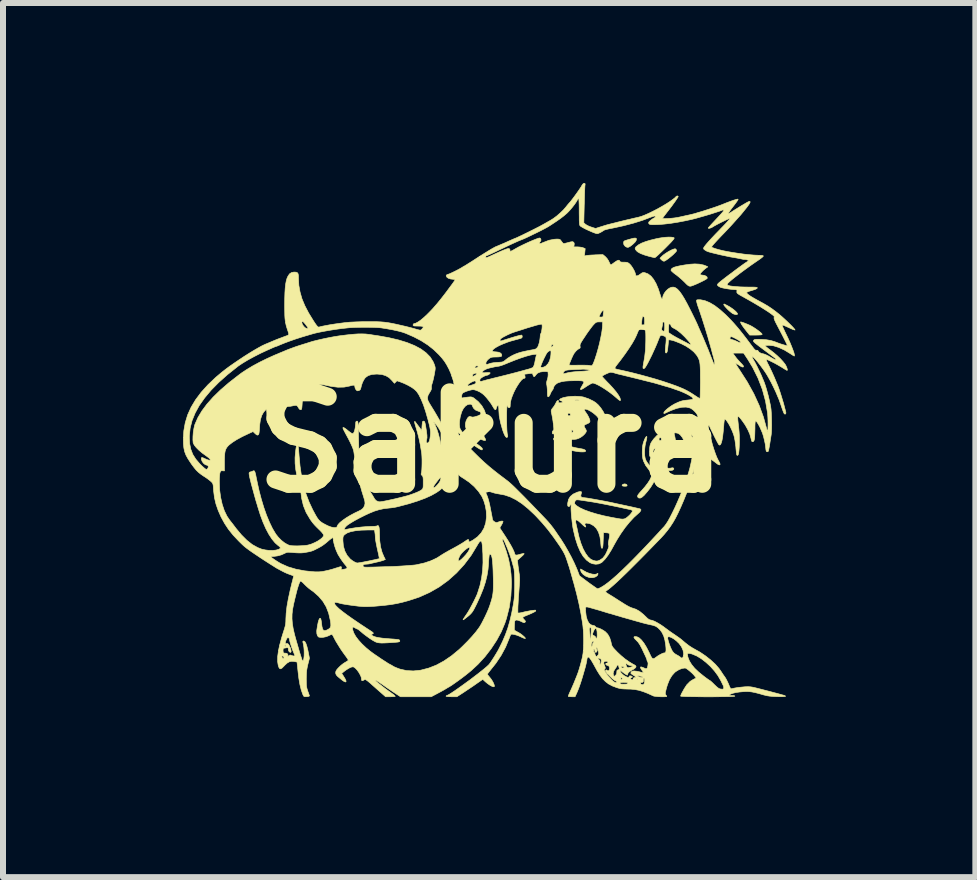
<source format=kicad_pcb>
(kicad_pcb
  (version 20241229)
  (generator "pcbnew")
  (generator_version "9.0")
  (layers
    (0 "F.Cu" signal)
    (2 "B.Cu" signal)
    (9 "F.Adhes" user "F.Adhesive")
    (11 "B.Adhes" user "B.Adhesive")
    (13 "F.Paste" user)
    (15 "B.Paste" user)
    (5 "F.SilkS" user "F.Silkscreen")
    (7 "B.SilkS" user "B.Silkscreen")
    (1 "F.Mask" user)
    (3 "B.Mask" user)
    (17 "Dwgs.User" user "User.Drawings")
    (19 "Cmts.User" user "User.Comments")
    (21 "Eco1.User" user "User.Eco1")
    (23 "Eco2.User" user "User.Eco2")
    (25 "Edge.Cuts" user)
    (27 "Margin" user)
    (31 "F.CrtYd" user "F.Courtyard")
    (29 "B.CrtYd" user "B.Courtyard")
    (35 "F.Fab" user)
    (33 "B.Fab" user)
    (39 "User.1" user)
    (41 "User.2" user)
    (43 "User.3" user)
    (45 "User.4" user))
  (footprint "Sakura"
    (layer "F.Cu")
    (at 5.133 4.323)
    (property "Reference" "Sakura" (at 0 0 0) (layer "F.SilkS") (effects (font (size 1.524 1.524) (thickness 0.3))))
    (attr through_hole)
    (fp_poly (pts (xy 2.236 0.692) (xy 2.259 0.7) (xy 2.267 0.712) (xy 2.266 0.724) (xy 2.253 0.729) (xy 2.23 0.73) (xy 2.204 0.728) (xy 2.187 0.723) (xy 2.185 0.721) (xy 2.186 0.708) (xy 2.201 0.697) (xy 2.224 0.691) (xy 2.236 0.692)) (stroke (width 0.01) (type solid)) (fill yes) (layer "F.SilkS"))
    (fp_poly (pts (xy 3.886 -2.307) (xy 3.933 -2.284) (xy 3.981 -2.257) (xy 4.025 -2.227) (xy 4.063 -2.197) (xy 4.091 -2.17) (xy 4.107 -2.148) (xy 4.108 -2.141) (xy 4.1 -2.131) (xy 4.079 -2.13) (xy 4.05 -2.138) (xy 4.03 -2.146) (xy 4.008 -2.161) (xy 3.98 -2.184) (xy 3.949 -2.212) (xy 3.92 -2.242) (xy 3.896 -2.269) (xy 3.881 -2.29) (xy 3.878 -2.297) (xy 3.883 -2.308) (xy 3.886 -2.307)) (stroke (width 0.01) (type solid)) (fill yes) (layer "F.SilkS"))
    (fp_poly (pts (xy 2.417 -3.402) (xy 2.422 -3.396) (xy 2.421 -3.371) (xy 2.401 -3.339) (xy 2.362 -3.301) (xy 2.351 -3.292) (xy 2.315 -3.265) (xy 2.288 -3.252) (xy 2.266 -3.252) (xy 2.242 -3.264) (xy 2.235 -3.269) (xy 2.214 -3.295) (xy 2.209 -3.323) (xy 2.21 -3.341) (xy 2.216 -3.353) (xy 2.23 -3.362) (xy 2.258 -3.371) (xy 2.277 -3.377) (xy 2.334 -3.393) (xy 2.374 -3.403) (xy 2.401 -3.406) (xy 2.417 -3.402)) (stroke (width 0.01) (type solid)) (fill yes) (layer "F.SilkS"))
    (fp_poly (pts (xy 2.807 0.405) (xy 2.841 0.415) (xy 2.883 0.423) (xy 2.927 0.428) (xy 2.966 0.43) (xy 2.995 0.428) (xy 3 0.426) (xy 3.026 0.422) (xy 3.043 0.428) (xy 3.046 0.442) (xy 3.039 0.454) (xy 3.018 0.465) (xy 2.98 0.469) (xy 2.925 0.464) (xy 2.865 0.454) (xy 2.829 0.446) (xy 2.801 0.438) (xy 2.786 0.431) (xy 2.786 0.431) (xy 2.781 0.417) (xy 2.79 0.405) (xy 2.807 0.405) (xy 2.807 0.405)) (stroke (width 0.01) (type solid)) (fill yes) (layer "F.SilkS"))
    (fp_poly (pts (xy 1.504 2.114) (xy 1.526 2.127) (xy 1.546 2.139) (xy 1.59 2.163) (xy 1.637 2.181) (xy 1.684 2.194) (xy 1.724 2.198) (xy 1.754 2.195) (xy 1.766 2.188) (xy 1.778 2.181) (xy 1.783 2.187) (xy 1.78 2.201) (xy 1.77 2.219) (xy 1.767 2.223) (xy 1.736 2.243) (xy 1.695 2.254) (xy 1.649 2.253) (xy 1.634 2.25) (xy 1.58 2.23) (xy 1.536 2.2) (xy 1.505 2.164) (xy 1.494 2.137) (xy 1.491 2.117) (xy 1.493 2.109) (xy 1.504 2.114)) (stroke (width 0.01) (type solid)) (fill yes) (layer "F.SilkS"))
    (fp_poly (pts (xy 3.079 -3.222) (xy 3.085 -3.214) (xy 3.092 -3.2) (xy 3.089 -3.187) (xy 3.074 -3.169) (xy 3.066 -3.161) (xy 3.034 -3.129) (xy 2.997 -3.097) (xy 2.959 -3.067) (xy 2.925 -3.042) (xy 2.898 -3.025) (xy 2.882 -3.019) (xy 2.862 -3.026) (xy 2.84 -3.043) (xy 2.839 -3.044) (xy 2.815 -3.069) (xy 2.84 -3.095) (xy 2.869 -3.122) (xy 2.911 -3.152) (xy 2.957 -3.181) (xy 3.002 -3.205) (xy 3.026 -3.215) (xy 3.053 -3.225) (xy 3.069 -3.227) (xy 3.079 -3.222)) (stroke (width 0.01) (type solid)) (fill yes) (layer "F.SilkS"))
    (fp_poly (pts (xy 4.177 -2.005) (xy 4.206 -1.996) (xy 4.242 -1.982) (xy 4.279 -1.967) (xy 4.313 -1.952) (xy 4.331 -1.943) (xy 4.367 -1.922) (xy 4.406 -1.897) (xy 4.444 -1.87) (xy 4.478 -1.844) (xy 4.503 -1.822) (xy 4.517 -1.806) (xy 4.518 -1.802) (xy 4.513 -1.796) (xy 4.496 -1.792) (xy 4.464 -1.79) (xy 4.415 -1.789) (xy 4.31 -1.789) (xy 4.271 -1.837) (xy 4.229 -1.89) (xy 4.196 -1.935) (xy 4.172 -1.971) (xy 4.16 -1.996) (xy 4.159 -2.008) (xy 4.162 -2.009) (xy 4.177 -2.005)) (stroke (width 0.01) (type solid)) (fill yes) (layer "F.SilkS"))
    (fp_poly (pts (xy 1.09 -0.091) (xy 1.1 -0.075) (xy 1.106 -0.062) (xy 1.127 -0.033) (xy 1.155 -0.006) (xy 1.164 0.001) (xy 1.209 0.025) (xy 1.268 0.049) (xy 1.337 0.071) (xy 1.412 0.089) (xy 1.487 0.103) (xy 1.501 0.105) (xy 1.539 0.113) (xy 1.565 0.125) (xy 1.577 0.139) (xy 1.575 0.148) (xy 1.56 0.156) (xy 1.53 0.158) (xy 1.486 0.157) (xy 1.435 0.151) (xy 1.394 0.144) (xy 1.342 0.134) (xy 1.303 0.125) (xy 1.272 0.116) (xy 1.244 0.105) (xy 1.212 0.09) (xy 1.197 0.082) (xy 1.164 0.063) (xy 1.129 0.036) (xy 1.095 0.008) (xy 1.066 -0.021) (xy 1.046 -0.045) (xy 1.04 -0.06) (xy 1.047 -0.07) (xy 1.064 -0.084) (xy 1.08 -0.093) (xy 1.09 -0.091)) (stroke (width 0.01) (type solid)) (fill yes) (layer "F.SilkS"))
    (fp_poly (pts (xy 3.002 -3.421) (xy 3.034 -3.417) (xy 3.051 -3.41) (xy 3.052 -3.403) (xy 3.045 -3.39) (xy 3.029 -3.37) (xy 3.003 -3.34) (xy 2.964 -3.3) (xy 2.913 -3.248) (xy 2.904 -3.239) (xy 2.857 -3.193) (xy 2.814 -3.152) (xy 2.778 -3.118) (xy 2.75 -3.094) (xy 2.733 -3.081) (xy 2.729 -3.08) (xy 2.712 -3.082) (xy 2.682 -3.089) (xy 2.646 -3.098) (xy 2.644 -3.098) (xy 2.559 -3.123) (xy 2.492 -3.148) (xy 2.446 -3.174) (xy 2.427 -3.19) (xy 2.406 -3.216) (xy 2.401 -3.237) (xy 2.412 -3.256) (xy 2.422 -3.266) (xy 2.46 -3.295) (xy 2.511 -3.322) (xy 2.576 -3.347) (xy 2.656 -3.371) (xy 2.754 -3.395) (xy 2.804 -3.405) (xy 2.855 -3.413) (xy 2.907 -3.419) (xy 2.958 -3.422) (xy 3.002 -3.421)) (stroke (width 0.01) (type solid)) (fill yes) (layer "F.SilkS"))
    (fp_poly (pts (xy 3.472 -2.971) (xy 3.54 -2.957) (xy 3.583 -2.941) (xy 3.613 -2.926) (xy 3.589 -2.91) (xy 3.562 -2.889) (xy 3.533 -2.864) (xy 3.508 -2.838) (xy 3.49 -2.816) (xy 3.483 -2.802) (xy 3.483 -2.799) (xy 3.497 -2.792) (xy 3.519 -2.789) (xy 3.554 -2.784) (xy 3.582 -2.772) (xy 3.6 -2.756) (xy 3.603 -2.737) (xy 3.6 -2.732) (xy 3.587 -2.722) (xy 3.56 -2.706) (xy 3.523 -2.687) (xy 3.48 -2.666) (xy 3.435 -2.645) (xy 3.393 -2.627) (xy 3.357 -2.613) (xy 3.333 -2.605) (xy 3.329 -2.604) (xy 3.311 -2.604) (xy 3.296 -2.608) (xy 3.279 -2.619) (xy 3.255 -2.64) (xy 3.224 -2.672) (xy 3.182 -2.712) (xy 3.134 -2.754) (xy 3.088 -2.791) (xy 3.076 -2.799) (xy 3.043 -2.824) (xy 3.017 -2.847) (xy 3.001 -2.864) (xy 2.999 -2.87) (xy 3.004 -2.888) (xy 3.021 -2.904) (xy 3.05 -2.919) (xy 3.094 -2.932) (xy 3.154 -2.945) (xy 3.23 -2.958) (xy 3.317 -2.97) (xy 3.396 -2.975) (xy 3.472 -2.971)) (stroke (width 0.01) (type solid)) (fill yes) (layer "F.SilkS"))
    (fp_poly (pts (xy 2.597 -0.095) (xy 2.596 -0.077) (xy 2.59 -0.045) (xy 2.578 0.003) (xy 2.575 0.013) (xy 2.567 0.056) (xy 2.561 0.111) (xy 2.559 0.162) (xy 2.561 0.219) (xy 2.569 0.266) (xy 2.585 0.306) (xy 2.611 0.346) (xy 2.65 0.39) (xy 2.682 0.422) (xy 2.761 0.498) (xy 2.754 0.542) (xy 2.737 0.604) (xy 2.705 0.674) (xy 2.66 0.748) (xy 2.604 0.821) (xy 2.551 0.882) (xy 2.514 0.914) (xy 2.485 0.928) (xy 2.46 0.925) (xy 2.451 0.918) (xy 2.442 0.905) (xy 2.442 0.89) (xy 2.451 0.871) (xy 2.472 0.844) (xy 2.506 0.806) (xy 2.511 0.801) (xy 2.565 0.739) (xy 2.611 0.679) (xy 2.646 0.625) (xy 2.668 0.579) (xy 2.675 0.554) (xy 2.677 0.532) (xy 2.674 0.514) (xy 2.664 0.495) (xy 2.643 0.47) (xy 2.632 0.457) (xy 2.577 0.384) (xy 2.541 0.311) (xy 2.53 0.275) (xy 2.523 0.232) (xy 2.52 0.178) (xy 2.521 0.119) (xy 2.525 0.064) (xy 2.533 0.025) (xy 2.546 -0.018) (xy 2.561 -0.056) (xy 2.576 -0.084) (xy 2.588 -0.099) (xy 2.591 -0.1) (xy 2.597 -0.095)) (stroke (width 0.01) (type solid)) (fill yes) (layer "F.SilkS"))
    (fp_poly (pts (xy 1.468 -0.767) (xy 1.528 -0.759) (xy 1.545 -0.755) (xy 1.629 -0.726) (xy 1.708 -0.687) (xy 1.747 -0.661) (xy 1.789 -0.623) (xy 1.831 -0.572) (xy 1.868 -0.516) (xy 1.896 -0.461) (xy 1.899 -0.453) (xy 1.91 -0.422) (xy 1.914 -0.404) (xy 1.911 -0.393) (xy 1.903 -0.385) (xy 1.896 -0.378) (xy 1.891 -0.368) (xy 1.89 -0.35) (xy 1.891 -0.321) (xy 1.895 -0.277) (xy 1.897 -0.254) (xy 1.901 -0.204) (xy 1.903 -0.163) (xy 1.902 -0.136) (xy 1.9 -0.127) (xy 1.889 -0.127) (xy 1.874 -0.144) (xy 1.858 -0.179) (xy 1.84 -0.228) (xy 1.822 -0.29) (xy 1.809 -0.34) (xy 1.798 -0.38) (xy 1.786 -0.408) (xy 1.77 -0.431) (xy 1.745 -0.455) (xy 1.742 -0.458) (xy 1.701 -0.492) (xy 1.659 -0.52) (xy 1.62 -0.541) (xy 1.587 -0.553) (xy 1.563 -0.555) (xy 1.554 -0.55) (xy 1.556 -0.537) (xy 1.569 -0.515) (xy 1.579 -0.501) (xy 1.605 -0.463) (xy 1.627 -0.422) (xy 1.643 -0.384) (xy 1.649 -0.355) (xy 1.649 -0.354) (xy 1.644 -0.337) (xy 1.626 -0.322) (xy 1.592 -0.306) (xy 1.577 -0.3) (xy 1.556 -0.289) (xy 1.551 -0.273) (xy 1.561 -0.249) (xy 1.569 -0.235) (xy 1.583 -0.211) (xy 1.589 -0.191) (xy 1.589 -0.19) (xy 1.581 -0.167) (xy 1.56 -0.14) (xy 1.53 -0.111) (xy 1.495 -0.086) (xy 1.477 -0.076) (xy 1.448 -0.063) (xy 1.421 -0.055) (xy 1.388 -0.051) (xy 1.343 -0.05) (xy 1.334 -0.05) (xy 1.287 -0.051) (xy 1.252 -0.054) (xy 1.224 -0.062) (xy 1.196 -0.074) (xy 1.193 -0.075) (xy 1.155 -0.097) (xy 1.117 -0.124) (xy 1.102 -0.135) (xy 1.078 -0.154) (xy 1.063 -0.161) (xy 1.056 -0.156) (xy 1.056 -0.155) (xy 1.043 -0.142) (xy 1.035 -0.14) (xy 1.023 -0.148) (xy 1.02 -0.165) (xy 1.024 -0.185) (xy 1.035 -0.198) (xy 1.043 -0.204) (xy 1.046 -0.216) (xy 1.046 -0.238) (xy 1.043 -0.273) (xy 1.04 -0.296) (xy 1.036 -0.328) (xy 1.162 -0.328) (xy 1.165 -0.309) (xy 1.185 -0.251) (xy 1.218 -0.2) (xy 1.258 -0.162) (xy 1.265 -0.158) (xy 1.287 -0.145) (xy 1.303 -0.141) (xy 1.32 -0.147) (xy 1.338 -0.156) (xy 1.364 -0.173) (xy 1.37 -0.191) (xy 1.356 -0.206) (xy 1.324 -0.219) (xy 1.319 -0.22) (xy 1.275 -0.236) (xy 1.246 -0.262) (xy 1.232 -0.299) (xy 1.23 -0.336) (xy 1.228 -0.366) (xy 1.224 -0.388) (xy 1.221 -0.394) (xy 1.21 -0.391) (xy 1.191 -0.376) (xy 1.185 -0.37) (xy 1.167 -0.348) (xy 1.162 -0.328) (xy 1.036 -0.328) (xy 1.034 -0.343) (xy 1.027 -0.39) (xy 1.02 -0.428) (xy 1.019 -0.435) (xy 1.013 -0.465) (xy 1.279 -0.465) (xy 1.283 -0.446) (xy 1.295 -0.441) (xy 1.302 -0.442) (xy 1.321 -0.452) (xy 1.324 -0.465) (xy 1.316 -0.483) (xy 1.302 -0.488) (xy 1.285 -0.487) (xy 1.28 -0.473) (xy 1.279 -0.465) (xy 1.013 -0.465) (xy 1.012 -0.47) (xy 1.005 -0.502) (xy 1.003 -0.512) (xy 1.003 -0.534) (xy 1.014 -0.557) (xy 1.029 -0.576) (xy 1.054 -0.609) (xy 1.076 -0.647) (xy 1.08 -0.656) (xy 1.095 -0.684) (xy 1.11 -0.698) (xy 1.115 -0.7) (xy 1.126 -0.694) (xy 1.125 -0.68) (xy 1.123 -0.667) (xy 1.132 -0.661) (xy 1.155 -0.66) (xy 1.179 -0.662) (xy 1.188 -0.669) (xy 1.188 -0.677) (xy 1.176 -0.692) (xy 1.162 -0.698) (xy 1.143 -0.705) (xy 1.143 -0.706) (xy 1.396 -0.706) (xy 1.406 -0.702) (xy 1.414 -0.7) (xy 1.442 -0.697) (xy 1.462 -0.699) (xy 1.469 -0.706) (xy 1.461 -0.708) (xy 1.438 -0.709) (xy 1.427 -0.709) (xy 1.402 -0.708) (xy 1.396 -0.706) (xy 1.143 -0.706) (xy 1.143 -0.717) (xy 1.16 -0.73) (xy 1.204 -0.747) (xy 1.262 -0.759) (xy 1.329 -0.767) (xy 1.4 -0.77) (xy 1.468 -0.767)) (stroke (width 0.01) (type solid)) (fill yes) (layer "F.SilkS"))
    (fp_poly (pts (xy 1.503 0.82) (xy 1.508 0.834) (xy 1.501 0.862) (xy 1.5 0.864) (xy 1.495 0.894) (xy 1.508 0.913) (xy 1.536 0.92) (xy 1.538 0.92) (xy 1.56 0.922) (xy 1.595 0.926) (xy 1.637 0.933) (xy 1.649 0.935) (xy 1.713 0.946) (xy 1.779 0.958) (xy 1.844 0.97) (xy 1.904 0.981) (xy 1.953 0.991) (xy 1.988 0.998) (xy 1.994 0.999) (xy 2.167 1.037) (xy 2.179 1.039) (xy 2.219 1.048) (xy 2.258 1.056) (xy 2.274 1.06) (xy 2.304 1.066) (xy 2.345 1.075) (xy 2.388 1.085) (xy 2.389 1.085) (xy 2.428 1.094) (xy 2.46 1.101) (xy 2.48 1.106) (xy 2.482 1.106) (xy 2.497 1.117) (xy 2.496 1.136) (xy 2.478 1.161) (xy 2.452 1.185) (xy 2.381 1.249) (xy 2.307 1.329) (xy 2.234 1.419) (xy 2.164 1.518) (xy 2.1 1.62) (xy 2.061 1.689) (xy 2.004 1.793) (xy 1.951 1.878) (xy 1.901 1.944) (xy 1.854 1.992) (xy 1.842 2.002) (xy 1.797 2.024) (xy 1.745 2.03) (xy 1.69 2.021) (xy 1.649 2.004) (xy 1.59 1.96) (xy 1.535 1.898) (xy 1.487 1.818) (xy 1.444 1.719) (xy 1.406 1.601) (xy 1.373 1.464) (xy 1.364 1.418) (xy 1.356 1.362) (xy 1.349 1.306) (xy 1.41 1.306) (xy 1.412 1.337) (xy 1.419 1.368) (xy 1.426 1.399) (xy 1.435 1.438) (xy 1.44 1.464) (xy 1.467 1.581) (xy 1.499 1.684) (xy 1.535 1.774) (xy 1.575 1.848) (xy 1.617 1.906) (xy 1.661 1.946) (xy 1.705 1.967) (xy 1.74 1.975) (xy 1.766 1.977) (xy 1.79 1.971) (xy 1.815 1.96) (xy 1.861 1.929) (xy 1.901 1.879) (xy 1.922 1.839) (xy 1.943 1.791) (xy 1.956 1.758) (xy 1.962 1.736) (xy 1.963 1.723) (xy 1.959 1.714) (xy 1.955 1.699) (xy 1.956 1.669) (xy 1.964 1.622) (xy 1.966 1.615) (xy 1.974 1.568) (xy 1.976 1.537) (xy 1.97 1.518) (xy 1.955 1.509) (xy 1.929 1.506) (xy 1.917 1.505) (xy 1.874 1.504) (xy 1.869 1.634) (xy 1.867 1.689) (xy 1.864 1.726) (xy 1.86 1.749) (xy 1.856 1.761) (xy 1.849 1.764) (xy 1.842 1.76) (xy 1.836 1.746) (xy 1.832 1.719) (xy 1.828 1.675) (xy 1.828 1.663) (xy 1.815 1.573) (xy 1.791 1.496) (xy 1.756 1.434) (xy 1.71 1.388) (xy 1.654 1.357) (xy 1.627 1.35) (xy 1.588 1.344) (xy 1.567 1.349) (xy 1.563 1.363) (xy 1.568 1.378) (xy 1.579 1.401) (xy 1.577 1.41) (xy 1.563 1.404) (xy 1.536 1.382) (xy 1.502 1.349) (xy 1.463 1.314) (xy 1.434 1.295) (xy 1.417 1.292) (xy 1.41 1.306) (xy 1.349 1.306) (xy 1.349 1.302) (xy 1.342 1.241) (xy 1.337 1.182) (xy 1.334 1.131) (xy 1.333 1.089) (xy 1.334 1.062) (xy 1.335 1.056) (xy 1.335 1.04) (xy 1.331 1.036) (xy 1.322 1.039) (xy 1.316 1.051) (xy 1.305 1.067) (xy 1.293 1.068) (xy 1.282 1.062) (xy 1.277 1.049) (xy 1.277 1.023) (xy 1.278 1.01) (xy 1.28 1.001) (xy 1.391 1.001) (xy 1.395 1.025) (xy 1.418 1.049) (xy 1.423 1.053) (xy 1.48 1.089) (xy 1.555 1.124) (xy 1.648 1.158) (xy 1.756 1.191) (xy 1.878 1.222) (xy 2.013 1.25) (xy 2.119 1.269) (xy 2.163 1.276) (xy 2.193 1.278) (xy 2.216 1.275) (xy 2.234 1.27) (xy 2.257 1.256) (xy 2.284 1.234) (xy 2.312 1.208) (xy 2.336 1.18) (xy 2.352 1.157) (xy 2.357 1.142) (xy 2.345 1.127) (xy 2.319 1.118) (xy 2.296 1.114) (xy 2.258 1.106) (xy 2.211 1.096) (xy 2.164 1.085) (xy 2.049 1.061) (xy 1.931 1.037) (xy 1.814 1.014) (xy 1.702 0.994) (xy 1.6 0.978) (xy 1.512 0.965) (xy 1.486 0.961) (xy 1.45 0.957) (xy 1.428 0.957) (xy 1.414 0.962) (xy 1.405 0.972) (xy 1.404 0.973) (xy 1.391 1.001) (xy 1.28 1.001) (xy 1.291 0.95) (xy 1.321 0.901) (xy 1.368 0.861) (xy 1.433 0.831) (xy 1.448 0.826) (xy 1.483 0.818) (xy 1.503 0.82)) (stroke (width 0.01) (type solid)) (fill yes) (layer "F.SilkS"))
    (fp_poly (pts (xy 1.565 -4.316) (xy 1.568 -4.303) (xy 1.566 -4.286) (xy 1.564 -4.268) (xy 1.562 -4.232) (xy 1.56 -4.183) (xy 1.558 -4.122) (xy 1.556 -4.052) (xy 1.554 -3.976) (xy 1.553 -3.957) (xy 1.546 -3.66) (xy 1.573 -3.636) (xy 1.596 -3.621) (xy 1.63 -3.604) (xy 1.67 -3.589) (xy 1.671 -3.589) (xy 1.742 -3.566) (xy 1.813 -3.589) (xy 1.852 -3.601) (xy 1.886 -3.612) (xy 1.909 -3.619) (xy 1.909 -3.619) (xy 1.929 -3.625) (xy 1.963 -3.634) (xy 2.006 -3.645) (xy 2.039 -3.653) (xy 2.086 -3.665) (xy 2.13 -3.676) (xy 2.164 -3.685) (xy 2.179 -3.688) (xy 2.211 -3.696) (xy 2.249 -3.705) (xy 2.264 -3.709) (xy 2.302 -3.717) (xy 2.338 -3.726) (xy 2.349 -3.729) (xy 2.376 -3.735) (xy 2.415 -3.744) (xy 2.457 -3.753) (xy 2.459 -3.754) (xy 2.505 -3.767) (xy 2.562 -3.789) (xy 2.628 -3.818) (xy 2.699 -3.853) (xy 2.773 -3.891) (xy 2.846 -3.932) (xy 2.914 -3.972) (xy 2.975 -4.011) (xy 3.026 -4.047) (xy 3.064 -4.077) (xy 3.078 -4.092) (xy 3.094 -4.105) (xy 3.11 -4.108) (xy 3.119 -4.099) (xy 3.119 -4.097) (xy 3.113 -4.085) (xy 3.097 -4.06) (xy 3.073 -4.024) (xy 3.042 -3.981) (xy 3.008 -3.934) (xy 2.971 -3.886) (xy 2.934 -3.838) (xy 2.915 -3.813) (xy 2.89 -3.781) (xy 2.871 -3.755) (xy 2.86 -3.738) (xy 2.859 -3.735) (xy 2.868 -3.731) (xy 2.893 -3.73) (xy 2.929 -3.731) (xy 2.972 -3.733) (xy 3.018 -3.737) (xy 3.063 -3.742) (xy 3.102 -3.748) (xy 3.109 -3.749) (xy 3.151 -3.758) (xy 3.201 -3.769) (xy 3.254 -3.781) (xy 3.306 -3.792) (xy 3.352 -3.803) (xy 3.388 -3.812) (xy 3.409 -3.818) (xy 3.434 -3.826) (xy 3.467 -3.836) (xy 3.479 -3.839) (xy 3.523 -3.852) (xy 3.578 -3.87) (xy 3.64 -3.89) (xy 3.704 -3.911) (xy 3.765 -3.932) (xy 3.817 -3.951) (xy 3.856 -3.966) (xy 3.863 -3.969) (xy 3.936 -3.998) (xy 3.998 -4.021) (xy 4.05 -4.039) (xy 4.088 -4.05) (xy 4.111 -4.055) (xy 4.118 -4.052) (xy 4.112 -4.039) (xy 4.096 -4.014) (xy 4.072 -3.981) (xy 4.042 -3.941) (xy 4.034 -3.931) (xy 4.004 -3.892) (xy 3.979 -3.857) (xy 3.962 -3.832) (xy 3.955 -3.818) (xy 3.955 -3.816) (xy 3.965 -3.817) (xy 3.986 -3.827) (xy 4.002 -3.837) (xy 4.03 -3.856) (xy 4.07 -3.881) (xy 4.118 -3.911) (xy 4.168 -3.942) (xy 4.217 -3.971) (xy 4.258 -3.995) (xy 4.27 -4.002) (xy 4.3 -4.016) (xy 4.316 -4.016) (xy 4.317 -4.002) (xy 4.304 -3.976) (xy 4.281 -3.943) (xy 4.257 -3.911) (xy 4.228 -3.875) (xy 4.2 -3.84) (xy 4.175 -3.809) (xy 4.156 -3.787) (xy 4.149 -3.779) (xy 4.14 -3.769) (xy 4.122 -3.749) (xy 4.095 -3.719) (xy 4.064 -3.684) (xy 4.064 -3.684) (xy 4.023 -3.638) (xy 3.975 -3.586) (xy 3.926 -3.534) (xy 3.893 -3.499) (xy 3.83 -3.434) (xy 3.781 -3.382) (xy 3.743 -3.341) (xy 3.715 -3.31) (xy 3.696 -3.288) (xy 3.684 -3.273) (xy 3.679 -3.264) (xy 3.679 -3.261) (xy 3.68 -3.25) (xy 3.681 -3.249) (xy 3.692 -3.246) (xy 3.715 -3.238) (xy 3.743 -3.228) (xy 3.795 -3.213) (xy 3.863 -3.196) (xy 3.943 -3.18) (xy 4.031 -3.165) (xy 4.123 -3.151) (xy 4.215 -3.138) (xy 4.302 -3.129) (xy 4.382 -3.122) (xy 4.449 -3.119) (xy 4.461 -3.119) (xy 4.503 -3.118) (xy 4.528 -3.114) (xy 4.538 -3.108) (xy 4.538 -3.106) (xy 4.53 -3.095) (xy 4.509 -3.077) (xy 4.48 -3.055) (xy 4.471 -3.049) (xy 4.401 -3.001) (xy 4.329 -2.951) (xy 4.256 -2.898) (xy 4.186 -2.847) (xy 4.12 -2.797) (xy 4.061 -2.751) (xy 4.012 -2.712) (xy 3.974 -2.679) (xy 3.951 -2.658) (xy 3.938 -2.638) (xy 3.936 -2.624) (xy 3.936 -2.623) (xy 3.951 -2.616) (xy 3.983 -2.608) (xy 4.028 -2.602) (xy 4.085 -2.597) (xy 4.15 -2.592) (xy 4.22 -2.59) (xy 4.282 -2.589) (xy 4.343 -2.589) (xy 4.386 -2.588) (xy 4.415 -2.586) (xy 4.431 -2.582) (xy 4.438 -2.577) (xy 4.438 -2.575) (xy 4.429 -2.564) (xy 4.406 -2.552) (xy 4.386 -2.545) (xy 4.348 -2.533) (xy 4.31 -2.522) (xy 4.296 -2.517) (xy 4.272 -2.507) (xy 4.259 -2.497) (xy 4.259 -2.495) (xy 4.268 -2.48) (xy 4.293 -2.459) (xy 4.334 -2.431) (xy 4.387 -2.4) (xy 4.451 -2.364) (xy 4.453 -2.363) (xy 4.54 -2.316) (xy 4.615 -2.272) (xy 4.682 -2.227) (xy 4.748 -2.178) (xy 4.803 -2.134) (xy 4.843 -2.1) (xy 4.886 -2.061) (xy 4.929 -2.021) (xy 4.97 -1.981) (xy 5.007 -1.945) (xy 5.037 -1.913) (xy 5.057 -1.889) (xy 5.066 -1.876) (xy 5.066 -1.873) (xy 5.055 -1.875) (xy 5.03 -1.883) (xy 4.997 -1.897) (xy 4.987 -1.902) (xy 4.934 -1.926) (xy 4.896 -1.943) (xy 4.872 -1.953) (xy 4.857 -1.956) (xy 4.851 -1.955) (xy 4.851 -1.955) (xy 4.853 -1.945) (xy 4.863 -1.92) (xy 4.879 -1.885) (xy 4.899 -1.841) (xy 4.906 -1.827) (xy 4.944 -1.748) (xy 4.978 -1.673) (xy 5.006 -1.606) (xy 5.029 -1.547) (xy 5.046 -1.5) (xy 5.055 -1.465) (xy 5.057 -1.444) (xy 5.053 -1.439) (xy 5.042 -1.445) (xy 5.02 -1.458) (xy 4.991 -1.477) (xy 4.99 -1.478) (xy 4.89 -1.539) (xy 4.795 -1.583) (xy 4.709 -1.61) (xy 4.629 -1.619) (xy 4.629 -1.619) (xy 4.597 -1.618) (xy 4.575 -1.614) (xy 4.568 -1.61) (xy 4.576 -1.601) (xy 4.597 -1.583) (xy 4.627 -1.559) (xy 4.656 -1.538) (xy 4.713 -1.494) (xy 4.77 -1.445) (xy 4.822 -1.395) (xy 4.866 -1.347) (xy 4.9 -1.304) (xy 4.916 -1.276) (xy 4.931 -1.241) (xy 4.938 -1.214) (xy 4.936 -1.201) (xy 4.933 -1.2) (xy 4.923 -1.205) (xy 4.9 -1.218) (xy 4.869 -1.237) (xy 4.856 -1.246) (xy 4.819 -1.268) (xy 4.776 -1.293) (xy 4.731 -1.318) (xy 4.686 -1.341) (xy 4.647 -1.36) (xy 4.617 -1.374) (xy 4.599 -1.379) (xy 4.599 -1.379) (xy 4.591 -1.377) (xy 4.59 -1.368) (xy 4.596 -1.35) (xy 4.609 -1.321) (xy 4.631 -1.278) (xy 4.653 -1.233) (xy 4.679 -1.178) (xy 4.705 -1.12) (xy 4.723 -1.08) (xy 4.742 -1.034) (xy 4.759 -0.993) (xy 4.772 -0.962) (xy 4.779 -0.945) (xy 4.779 -0.945) (xy 4.79 -0.916) (xy 4.805 -0.874) (xy 4.822 -0.821) (xy 4.84 -0.764) (xy 4.857 -0.707) (xy 4.873 -0.655) (xy 4.883 -0.618) (xy 4.894 -0.575) (xy 4.904 -0.538) (xy 4.911 -0.511) (xy 4.913 -0.503) (xy 4.913 -0.484) (xy 4.904 -0.472) (xy 4.889 -0.475) (xy 4.887 -0.477) (xy 4.88 -0.49) (xy 4.868 -0.518) (xy 4.854 -0.556) (xy 4.842 -0.591) (xy 4.827 -0.636) (xy 4.813 -0.675) (xy 4.803 -0.705) (xy 4.798 -0.717) (xy 4.786 -0.746) (xy 4.779 -0.762) (xy 4.747 -0.838) (xy 4.708 -0.921) (xy 4.666 -1.005) (xy 4.624 -1.081) (xy 4.6 -1.123) (xy 4.57 -1.17) (xy 4.533 -1.223) (xy 4.493 -1.277) (xy 4.454 -1.328) (xy 4.418 -1.372) (xy 4.389 -1.404) (xy 4.383 -1.409) (xy 4.362 -1.429) (xy 4.352 -1.436) (xy 4.351 -1.43) (xy 4.353 -1.419) (xy 4.365 -1.392) (xy 4.378 -1.369) (xy 4.391 -1.348) (xy 4.409 -1.314) (xy 4.432 -1.27) (xy 4.455 -1.222) (xy 4.478 -1.174) (xy 4.498 -1.131) (xy 4.512 -1.1) (xy 4.524 -1.068) (xy 4.536 -1.042) (xy 4.539 -1.035) (xy 4.557 -0.99) (xy 4.577 -0.93) (xy 4.598 -0.858) (xy 4.619 -0.781) (xy 4.638 -0.701) (xy 4.655 -0.623) (xy 4.66 -0.595) (xy 4.666 -0.554) (xy 4.67 -0.498) (xy 4.673 -0.433) (xy 4.675 -0.363) (xy 4.676 -0.292) (xy 4.675 -0.227) (xy 4.673 -0.172) (xy 4.669 -0.131) (xy 4.669 -0.13) (xy 4.656 -0.048) (xy 4.646 0.017) (xy 4.638 0.066) (xy 4.631 0.102) (xy 4.626 0.127) (xy 4.622 0.142) (xy 4.617 0.151) (xy 4.613 0.154) (xy 4.607 0.155) (xy 4.603 0.155) (xy 4.593 0.153) (xy 4.586 0.143) (xy 4.581 0.122) (xy 4.577 0.086) (xy 4.576 0.078) (xy 4.569 0.024) (xy 4.556 -0.037) (xy 4.541 -0.098) (xy 4.525 -0.15) (xy 4.519 -0.165) (xy 4.51 -0.186) (xy 4.497 -0.216) (xy 4.492 -0.229) (xy 4.475 -0.265) (xy 4.455 -0.301) (xy 4.436 -0.332) (xy 4.419 -0.353) (xy 4.408 -0.36) (xy 4.404 -0.35) (xy 4.4 -0.322) (xy 4.398 -0.278) (xy 4.398 -0.232) (xy 4.396 -0.158) (xy 4.394 -0.102) (xy 4.39 -0.061) (xy 4.384 -0.034) (xy 4.375 -0.019) (xy 4.364 -0.012) (xy 4.363 -0.012) (xy 4.352 -0.013) (xy 4.343 -0.023) (xy 4.337 -0.046) (xy 4.331 -0.072) (xy 4.312 -0.139) (xy 4.279 -0.213) (xy 4.236 -0.29) (xy 4.193 -0.352) (xy 4.16 -0.395) (xy 4.137 -0.422) (xy 4.122 -0.433) (xy 4.114 -0.429) (xy 4.111 -0.409) (xy 4.113 -0.375) (xy 4.113 -0.373) (xy 4.118 -0.326) (xy 4.124 -0.272) (xy 4.129 -0.23) (xy 4.134 -0.174) (xy 4.138 -0.111) (xy 4.139 -0.047) (xy 4.138 0.017) (xy 4.136 0.078) (xy 4.132 0.13) (xy 4.127 0.173) (xy 4.12 0.202) (xy 4.112 0.214) (xy 4.104 0.216) (xy 4.098 0.213) (xy 4.094 0.203) (xy 4.09 0.181) (xy 4.086 0.147) (xy 4.081 0.096) (xy 4.08 0.077) (xy 4.073 0.022) (xy 4.065 -0.035) (xy 4.055 -0.085) (xy 4.048 -0.113) (xy 4.032 -0.159) (xy 4.012 -0.208) (xy 3.989 -0.257) (xy 3.965 -0.302) (xy 3.941 -0.34) (xy 3.92 -0.37) (xy 3.903 -0.386) (xy 3.892 -0.387) (xy 3.889 -0.374) (xy 3.884 -0.346) (xy 3.88 -0.308) (xy 3.878 -0.277) (xy 3.869 -0.178) (xy 3.86 -0.097) (xy 3.849 -0.034) (xy 3.836 0.011) (xy 3.823 0.038) (xy 3.808 0.045) (xy 3.793 0.034) (xy 3.784 0.018) (xy 3.768 -0.011) (xy 3.747 -0.051) (xy 3.724 -0.096) (xy 3.701 -0.144) (xy 3.679 -0.189) (xy 3.66 -0.228) (xy 3.647 -0.257) (xy 3.647 -0.257) (xy 3.636 -0.279) (xy 3.627 -0.29) (xy 3.626 -0.29) (xy 3.62 -0.281) (xy 3.619 -0.258) (xy 3.623 -0.227) (xy 3.628 -0.201) (xy 3.634 -0.177) (xy 3.644 -0.14) (xy 3.656 -0.093) (xy 3.669 -0.042) (xy 3.669 -0.04) (xy 3.69 0.038) (xy 3.714 0.115) (xy 3.738 0.185) (xy 3.762 0.247) (xy 3.785 0.294) (xy 3.795 0.312) (xy 3.813 0.347) (xy 3.817 0.368) (xy 3.807 0.375) (xy 3.785 0.368) (xy 3.756 0.347) (xy 3.722 0.321) (xy 3.681 0.291) (xy 3.636 0.26) (xy 3.591 0.229) (xy 3.547 0.201) (xy 3.509 0.177) (xy 3.479 0.159) (xy 3.459 0.149) (xy 3.454 0.149) (xy 3.45 0.161) (xy 3.442 0.19) (xy 3.432 0.23) (xy 3.421 0.278) (xy 3.418 0.291) (xy 3.403 0.354) (xy 3.391 0.402) (xy 3.382 0.44) (xy 3.373 0.473) (xy 3.364 0.506) (xy 3.359 0.525) (xy 3.349 0.559) (xy 3.34 0.592) (xy 3.325 0.644) (xy 3.307 0.702) (xy 3.289 0.759) (xy 3.272 0.809) (xy 3.259 0.845) (xy 3.208 0.971) (xy 3.161 1.08) (xy 3.117 1.175) (xy 3.075 1.259) (xy 3.032 1.334) (xy 2.987 1.403) (xy 2.939 1.468) (xy 2.886 1.532) (xy 2.827 1.597) (xy 2.805 1.619) (xy 2.679 1.749) (xy 2.561 1.87) (xy 2.45 1.982) (xy 2.348 2.084) (xy 2.255 2.176) (xy 2.172 2.256) (xy 2.099 2.325) (xy 2.037 2.381) (xy 1.987 2.424) (xy 1.949 2.454) (xy 1.937 2.462) (xy 1.918 2.477) (xy 1.909 2.488) (xy 1.909 2.489) (xy 1.917 2.498) (xy 1.938 2.514) (xy 1.967 2.532) (xy 1.995 2.549) (xy 2.036 2.574) (xy 2.084 2.605) (xy 2.137 2.639) (xy 2.169 2.659) (xy 2.237 2.702) (xy 2.291 2.733) (xy 2.332 2.752) (xy 2.358 2.761) (xy 2.415 2.78) (xy 2.476 2.815) (xy 2.539 2.866) (xy 2.57 2.896) (xy 2.607 2.932) (xy 2.635 2.952) (xy 2.656 2.959) (xy 2.656 2.959) (xy 2.685 2.965) (xy 2.726 2.981) (xy 2.773 3.006) (xy 2.825 3.037) (xy 2.875 3.071) (xy 2.889 3.082) (xy 2.931 3.113) (xy 2.981 3.15) (xy 3.033 3.186) (xy 3.059 3.203) (xy 3.099 3.231) (xy 3.135 3.256) (xy 3.162 3.276) (xy 3.174 3.286) (xy 3.24 3.342) (xy 3.297 3.386) (xy 3.349 3.42) (xy 3.389 3.443) (xy 3.484 3.496) (xy 3.575 3.558) (xy 3.661 3.626) (xy 3.737 3.696) (xy 3.799 3.767) (xy 3.838 3.823) (xy 3.861 3.859) (xy 3.885 3.893) (xy 3.9 3.914) (xy 3.916 3.94) (xy 3.935 3.977) (xy 3.955 4.019) (xy 3.959 4.029) (xy 3.975 4.068) (xy 3.987 4.092) (xy 3.997 4.103) (xy 4.007 4.105) (xy 4.012 4.104) (xy 4.056 4.094) (xy 4.114 4.084) (xy 4.18 4.077) (xy 4.233 4.072) (xy 4.267 4.071) (xy 4.296 4.071) (xy 4.325 4.073) (xy 4.357 4.078) (xy 4.398 4.087) (xy 4.45 4.1) (xy 4.498 4.112) (xy 4.582 4.134) (xy 4.652 4.152) (xy 4.711 4.168) (xy 4.765 4.182) (xy 4.819 4.197) (xy 4.828 4.2) (xy 4.859 4.208) (xy 4.885 4.215) (xy 4.886 4.215) (xy 4.903 4.223) (xy 4.908 4.23) (xy 4.898 4.234) (xy 4.871 4.236) (xy 4.828 4.237) (xy 4.771 4.236) (xy 4.766 4.236) (xy 4.697 4.233) (xy 4.643 4.228) (xy 4.598 4.221) (xy 4.557 4.211) (xy 4.548 4.209) (xy 4.468 4.186) (xy 4.402 4.169) (xy 4.347 4.158) (xy 4.298 4.152) (xy 4.25 4.151) (xy 4.208 4.153) (xy 4.14 4.159) (xy 4.079 4.168) (xy 4.03 4.18) (xy 3.994 4.193) (xy 3.98 4.203) (xy 3.973 4.212) (xy 3.977 4.216) (xy 3.996 4.218) (xy 4.017 4.218) (xy 4.048 4.22) (xy 4.063 4.225) (xy 4.063 4.228) (xy 4.052 4.231) (xy 4.024 4.233) (xy 3.98 4.235) (xy 3.924 4.236) (xy 3.858 4.237) (xy 3.785 4.238) (xy 3.706 4.239) (xy 3.624 4.239) (xy 3.542 4.239) (xy 3.462 4.238) (xy 3.386 4.237) (xy 3.318 4.236) (xy 3.258 4.235) (xy 3.211 4.233) (xy 3.177 4.231) (xy 3.16 4.228) (xy 3.159 4.227) (xy 3.164 4.21) (xy 3.177 4.181) (xy 3.197 4.145) (xy 3.219 4.105) (xy 3.243 4.068) (xy 3.264 4.036) (xy 3.267 4.034) (xy 3.318 3.982) (xy 3.361 3.955) (xy 3.418 3.926) (xy 3.398 3.898) (xy 3.376 3.871) (xy 3.346 3.841) (xy 3.313 3.812) (xy 3.281 3.786) (xy 3.254 3.767) (xy 3.235 3.759) (xy 3.234 3.759) (xy 3.184 3.766) (xy 3.131 3.787) (xy 3.08 3.818) (xy 3.061 3.833) (xy 3.014 3.886) (xy 2.974 3.952) (xy 2.941 4.034) (xy 2.923 4.093) (xy 2.912 4.138) (xy 2.905 4.167) (xy 2.904 4.186) (xy 2.906 4.198) (xy 2.913 4.208) (xy 2.925 4.224) (xy 2.929 4.232) (xy 2.92 4.236) (xy 2.895 4.238) (xy 2.861 4.239) (xy 2.821 4.238) (xy 2.78 4.236) (xy 2.743 4.232) (xy 2.715 4.228) (xy 2.703 4.224) (xy 2.614 4.183) (xy 2.537 4.153) (xy 2.466 4.131) (xy 2.399 4.118) (xy 2.329 4.111) (xy 2.274 4.11) (xy 2.217 4.108) (xy 2.174 4.105) (xy 2.136 4.098) (xy 2.097 4.087) (xy 2.092 4.085) (xy 2.021 4.058) (xy 1.961 4.026) (xy 1.944 4.013) (xy 2.149 4.013) (xy 2.153 4.022) (xy 2.169 4.027) (xy 2.199 4.028) (xy 2.214 4.028) (xy 2.251 4.027) (xy 2.271 4.024) (xy 2.279 4.017) (xy 2.279 4.015) (xy 2.489 4.015) (xy 2.497 4.028) (xy 2.517 4.037) (xy 2.525 4.038) (xy 2.54 4.032) (xy 2.547 4.026) (xy 2.554 4.011) (xy 2.558 3.986) (xy 2.559 3.96) (xy 2.556 3.938) (xy 2.549 3.928) (xy 2.549 3.928) (xy 2.542 3.937) (xy 2.539 3.959) (xy 2.539 3.963) (xy 2.537 3.987) (xy 2.529 3.997) (xy 2.514 3.998) (xy 2.494 4.003) (xy 2.489 4.015) (xy 2.279 4.015) (xy 2.279 4.013) (xy 2.275 4.005) (xy 2.259 4) (xy 2.229 3.999) (xy 2.214 3.998) (xy 2.178 3.999) (xy 2.157 4.003) (xy 2.15 4.01) (xy 2.149 4.013) (xy 1.944 4.013) (xy 1.908 3.986) (xy 1.859 3.937) (xy 1.813 3.876) (xy 1.765 3.799) (xy 1.735 3.744) (xy 1.699 3.679) (xy 1.671 3.631) (xy 1.649 3.599) (xy 1.646 3.597) (xy 1.78 3.597) (xy 1.787 3.61) (xy 1.798 3.619) (xy 1.814 3.637) (xy 1.816 3.659) (xy 1.814 3.67) (xy 1.811 3.691) (xy 1.816 3.697) (xy 1.821 3.696) (xy 1.83 3.684) (xy 1.835 3.666) (xy 1.878 3.666) (xy 1.881 3.691) (xy 1.891 3.717) (xy 1.902 3.745) (xy 1.904 3.761) (xy 1.899 3.771) (xy 1.895 3.774) (xy 1.888 3.783) (xy 1.889 3.795) (xy 1.9 3.818) (xy 1.907 3.831) (xy 1.951 3.892) (xy 2.006 3.953) (xy 2.038 3.981) (xy 2.067 4.001) (xy 2.086 4.004) (xy 2.096 3.991) (xy 2.091 3.981) (xy 2.077 3.975) (xy 2.057 3.964) (xy 2.029 3.943) (xy 2.02 3.935) (xy 2.161 3.935) (xy 2.163 3.945) (xy 2.171 3.956) (xy 2.181 3.95) (xy 2.188 3.936) (xy 2.181 3.927) (xy 2.168 3.92) (xy 2.163 3.921) (xy 2.161 3.935) (xy 2.02 3.935) (xy 1.998 3.914) (xy 1.966 3.882) (xy 1.939 3.851) (xy 1.936 3.848) (xy 2.035 3.848) (xy 2.04 3.88) (xy 2.043 3.887) (xy 2.05 3.896) (xy 2.058 3.895) (xy 2.074 3.883) (xy 2.077 3.88) (xy 2.093 3.855) (xy 2.096 3.828) (xy 2.097 3.804) (xy 2.106 3.793) (xy 2.117 3.79) (xy 2.133 3.785) (xy 2.137 3.773) (xy 2.134 3.755) (xy 2.13 3.742) (xy 2.169 3.742) (xy 2.178 3.756) (xy 2.194 3.759) (xy 2.213 3.755) (xy 2.219 3.749) (xy 2.212 3.739) (xy 2.21 3.739) (xy 2.193 3.735) (xy 2.185 3.732) (xy 2.172 3.733) (xy 2.169 3.742) (xy 2.13 3.742) (xy 2.128 3.731) (xy 2.123 3.716) (xy 2.122 3.716) (xy 2.111 3.709) (xy 2.1 3.715) (xy 2.099 3.721) (xy 2.093 3.736) (xy 2.078 3.759) (xy 2.068 3.772) (xy 2.045 3.81) (xy 2.035 3.848) (xy 1.936 3.848) (xy 1.918 3.824) (xy 1.909 3.805) (xy 1.909 3.803) (xy 1.915 3.79) (xy 1.928 3.793) (xy 1.937 3.801) (xy 1.953 3.807) (xy 1.966 3.797) (xy 1.974 3.777) (xy 1.973 3.751) (xy 1.964 3.727) (xy 1.947 3.718) (xy 1.941 3.717) (xy 1.921 3.709) (xy 1.911 3.696) (xy 1.912 3.688) (xy 2.247 3.688) (xy 2.249 3.707) (xy 2.256 3.727) (xy 2.269 3.75) (xy 2.284 3.755) (xy 2.287 3.755) (xy 2.31 3.748) (xy 2.332 3.743) (xy 2.354 3.734) (xy 2.357 3.725) (xy 2.342 3.719) (xy 2.327 3.719) (xy 2.294 3.711) (xy 2.273 3.698) (xy 2.255 3.685) (xy 2.247 3.688) (xy 1.912 3.688) (xy 1.913 3.684) (xy 1.928 3.679) (xy 1.929 3.679) (xy 1.946 3.674) (xy 1.947 3.661) (xy 1.937 3.648) (xy 1.915 3.646) (xy 1.889 3.651) (xy 1.878 3.666) (xy 1.835 3.666) (xy 1.837 3.659) (xy 1.837 3.652) (xy 1.837 3.625) (xy 1.83 3.61) (xy 1.813 3.6) (xy 1.79 3.593) (xy 1.78 3.597) (xy 1.646 3.597) (xy 1.632 3.581) (xy 1.619 3.577) (xy 1.614 3.579) (xy 1.601 3.598) (xy 1.599 3.608) (xy 1.596 3.636) (xy 1.587 3.679) (xy 1.574 3.734) (xy 1.556 3.797) (xy 1.536 3.866) (xy 1.515 3.937) (xy 1.493 4.006) (xy 1.471 4.07) (xy 1.45 4.125) (xy 1.432 4.168) (xy 1.43 4.173) (xy 1.4 4.238) (xy 1.346 4.238) (xy 1.316 4.237) (xy 1.294 4.235) (xy 1.288 4.233) (xy 1.289 4.222) (xy 1.298 4.198) (xy 1.312 4.165) (xy 1.319 4.151) (xy 1.34 4.105) (xy 1.364 4.05) (xy 1.387 3.996) (xy 1.394 3.978) (xy 1.411 3.936) (xy 1.426 3.899) (xy 1.436 3.873) (xy 1.44 3.863) (xy 1.455 3.822) (xy 1.472 3.767) (xy 1.491 3.702) (xy 1.509 3.633) (xy 1.525 3.566) (xy 1.526 3.559) (xy 1.534 3.509) (xy 1.537 3.468) (xy 1.709 3.468) (xy 1.712 3.489) (xy 1.719 3.499) (xy 1.719 3.499) (xy 1.728 3.507) (xy 1.729 3.514) (xy 1.734 3.535) (xy 1.743 3.555) (xy 1.754 3.567) (xy 1.757 3.568) (xy 1.768 3.561) (xy 1.782 3.544) (xy 1.791 3.529) (xy 1.794 3.515) (xy 1.791 3.494) (xy 1.782 3.464) (xy 1.772 3.434) (xy 1.762 3.414) (xy 1.757 3.409) (xy 1.75 3.416) (xy 1.754 3.434) (xy 1.761 3.447) (xy 1.768 3.47) (xy 1.762 3.49) (xy 1.746 3.499) (xy 1.745 3.499) (xy 1.732 3.49) (xy 1.729 3.474) (xy 1.726 3.453) (xy 1.719 3.444) (xy 1.712 3.448) (xy 1.709 3.467) (xy 1.709 3.468) (xy 1.537 3.468) (xy 1.539 3.444) (xy 1.542 3.379) (xy 1.669 3.379) (xy 1.674 3.395) (xy 1.679 3.399) (xy 1.687 3.39) (xy 1.689 3.374) (xy 1.693 3.353) (xy 1.699 3.344) (xy 1.708 3.331) (xy 1.708 3.316) (xy 1.701 3.309) (xy 1.701 3.309) (xy 1.691 3.317) (xy 1.68 3.338) (xy 1.672 3.362) (xy 1.669 3.379) (xy 1.542 3.379) (xy 1.542 3.368) (xy 1.543 3.286) (xy 1.541 3.203) (xy 1.537 3.123) (xy 1.535 3.102) (xy 1.637 3.102) (xy 1.638 3.126) (xy 1.64 3.137) (xy 1.645 3.169) (xy 1.649 3.209) (xy 1.649 3.23) (xy 1.65 3.268) (xy 1.653 3.289) (xy 1.657 3.292) (xy 1.661 3.278) (xy 1.664 3.25) (xy 1.667 3.209) (xy 1.667 3.198) (xy 1.691 3.198) (xy 1.695 3.209) (xy 1.709 3.217) (xy 1.713 3.218) (xy 1.735 3.233) (xy 1.744 3.248) (xy 1.753 3.267) (xy 1.761 3.267) (xy 1.766 3.25) (xy 1.769 3.218) (xy 1.769 3.206) (xy 1.767 3.153) (xy 1.76 3.117) (xy 1.75 3.1) (xy 1.737 3.101) (xy 1.721 3.12) (xy 1.709 3.145) (xy 1.696 3.178) (xy 1.691 3.198) (xy 1.667 3.198) (xy 1.667 3.193) (xy 1.668 3.149) (xy 1.668 3.113) (xy 1.666 3.089) (xy 1.665 3.081) (xy 1.654 3.082) (xy 1.646 3.088) (xy 1.637 3.102) (xy 1.535 3.102) (xy 1.53 3.05) (xy 1.525 3.014) (xy 1.497 2.846) (xy 1.485 2.785) (xy 1.574 2.785) (xy 1.577 2.821) (xy 1.586 2.898) (xy 1.604 2.96) (xy 1.629 3.007) (xy 1.66 3.037) (xy 1.698 3.049) (xy 1.703 3.049) (xy 1.728 3.057) (xy 1.739 3.069) (xy 1.756 3.085) (xy 1.77 3.089) (xy 1.794 3.094) (xy 1.828 3.108) (xy 1.865 3.128) (xy 1.9 3.151) (xy 1.902 3.152) (xy 1.944 3.195) (xy 1.977 3.253) (xy 1.998 3.321) (xy 2 3.33) (xy 2.006 3.359) (xy 2.012 3.381) (xy 2.022 3.401) (xy 2.037 3.422) (xy 2.061 3.449) (xy 2.096 3.485) (xy 2.103 3.493) (xy 2.167 3.553) (xy 2.236 3.61) (xy 2.306 3.659) (xy 2.371 3.698) (xy 2.386 3.705) (xy 2.41 3.721) (xy 2.417 3.738) (xy 2.406 3.756) (xy 2.377 3.779) (xy 2.349 3.794) (xy 2.31 3.818) (xy 2.288 3.837) (xy 2.279 3.855) (xy 2.279 3.86) (xy 2.275 3.875) (xy 2.271 3.878) (xy 2.258 3.873) (xy 2.236 3.859) (xy 2.21 3.841) (xy 2.186 3.823) (xy 2.17 3.809) (xy 2.168 3.806) (xy 2.158 3.804) (xy 2.154 3.808) (xy 2.156 3.823) (xy 2.171 3.844) (xy 2.195 3.868) (xy 2.225 3.89) (xy 2.241 3.899) (xy 2.273 3.914) (xy 2.291 3.917) (xy 2.298 3.91) (xy 2.299 3.903) (xy 2.306 3.891) (xy 2.326 3.89) (xy 2.348 3.897) (xy 2.356 3.908) (xy 2.347 3.918) (xy 2.338 3.922) (xy 2.323 3.928) (xy 2.325 3.939) (xy 2.329 3.943) (xy 2.347 3.957) (xy 2.362 3.955) (xy 2.368 3.943) (xy 2.429 3.943) (xy 2.434 3.948) (xy 2.439 3.943) (xy 2.434 3.938) (xy 2.429 3.943) (xy 2.368 3.943) (xy 2.369 3.94) (xy 2.369 3.939) (xy 2.376 3.923) (xy 2.397 3.917) (xy 2.412 3.914) (xy 2.414 3.91) (xy 2.404 3.9) (xy 2.391 3.892) (xy 2.442 3.892) (xy 2.445 3.898) (xy 2.464 3.907) (xy 2.499 3.914) (xy 2.524 3.917) (xy 2.534 3.916) (xy 2.527 3.91) (xy 2.515 3.903) (xy 2.493 3.895) (xy 2.47 3.89) (xy 2.451 3.889) (xy 2.442 3.892) (xy 2.391 3.892) (xy 2.379 3.884) (xy 2.353 3.867) (xy 2.336 3.855) (xy 2.331 3.852) (xy 2.331 3.842) (xy 2.334 3.829) (xy 2.349 3.814) (xy 2.381 3.808) (xy 2.428 3.813) (xy 2.475 3.823) (xy 2.506 3.831) (xy 2.529 3.834) (xy 2.537 3.834) (xy 2.534 3.824) (xy 2.522 3.805) (xy 2.515 3.796) (xy 2.494 3.764) (xy 2.489 3.746) (xy 2.498 3.74) (xy 2.524 3.747) (xy 2.551 3.759) (xy 2.577 3.771) (xy 2.594 3.771) (xy 2.605 3.757) (xy 2.612 3.727) (xy 2.615 3.71) (xy 2.617 3.676) (xy 2.611 3.657) (xy 2.61 3.656) (xy 2.6 3.638) (xy 2.599 3.631) (xy 2.597 3.619) (xy 2.589 3.597) (xy 2.575 3.564) (xy 2.553 3.518) (xy 2.524 3.456) (xy 2.512 3.431) (xy 2.481 3.373) (xy 2.452 3.33) (xy 2.423 3.3) (xy 2.394 3.27) (xy 2.381 3.249) (xy 2.386 3.237) (xy 2.407 3.235) (xy 2.435 3.24) (xy 2.471 3.259) (xy 2.509 3.295) (xy 2.55 3.348) (xy 2.591 3.415) (xy 2.632 3.495) (xy 2.645 3.523) (xy 2.666 3.567) (xy 2.683 3.593) (xy 2.699 3.604) (xy 2.718 3.601) (xy 2.741 3.586) (xy 2.746 3.582) (xy 2.779 3.558) (xy 2.816 3.536) (xy 2.85 3.519) (xy 2.876 3.509) (xy 2.882 3.509) (xy 2.9 3.505) (xy 2.911 3.491) (xy 2.916 3.466) (xy 2.915 3.425) (xy 2.911 3.379) (xy 2.897 3.294) (xy 2.885 3.25) (xy 2.943 3.25) (xy 2.945 3.271) (xy 2.955 3.313) (xy 2.971 3.362) (xy 2.99 3.412) (xy 3.01 3.456) (xy 3.024 3.481) (xy 3.049 3.51) (xy 3.079 3.532) (xy 3.087 3.536) (xy 3.12 3.554) (xy 3.151 3.575) (xy 3.153 3.577) (xy 3.173 3.592) (xy 3.184 3.594) (xy 3.194 3.586) (xy 3.196 3.583) (xy 3.204 3.562) (xy 3.208 3.531) (xy 3.209 3.525) (xy 3.274 3.525) (xy 3.274 3.548) (xy 3.282 3.58) (xy 3.306 3.642) (xy 3.343 3.702) (xy 3.393 3.763) (xy 3.459 3.826) (xy 3.543 3.894) (xy 3.547 3.897) (xy 3.584 3.925) (xy 3.616 3.948) (xy 3.638 3.963) (xy 3.648 3.968) (xy 3.657 3.975) (xy 3.678 3.993) (xy 3.705 4.019) (xy 3.724 4.038) (xy 3.76 4.072) (xy 3.788 4.094) (xy 3.81 4.106) (xy 3.829 4.11) (xy 3.858 4.112) (xy 3.873 4.108) (xy 3.878 4.095) (xy 3.878 4.088) (xy 3.874 4.062) (xy 3.869 4.051) (xy 3.86 4.033) (xy 3.846 4.004) (xy 3.829 3.969) (xy 3.828 3.968) (xy 3.782 3.888) (xy 3.724 3.809) (xy 3.656 3.733) (xy 3.582 3.665) (xy 3.505 3.605) (xy 3.429 3.559) (xy 3.355 3.528) (xy 3.351 3.526) (xy 3.31 3.516) (xy 3.285 3.514) (xy 3.274 3.525) (xy 3.209 3.525) (xy 3.209 3.523) (xy 3.2 3.465) (xy 3.174 3.406) (xy 3.133 3.349) (xy 3.128 3.345) (xy 3.09 3.308) (xy 3.049 3.276) (xy 3.01 3.253) (xy 2.977 3.24) (xy 2.966 3.239) (xy 2.948 3.241) (xy 2.943 3.25) (xy 2.885 3.25) (xy 2.877 3.225) (xy 2.85 3.169) (xy 2.818 3.125) (xy 2.782 3.089) (xy 2.745 3.064) (xy 2.7 3.048) (xy 2.655 3.038) (xy 2.623 3.031) (xy 2.576 3.02) (xy 2.522 3.006) (xy 2.466 2.99) (xy 2.454 2.987) (xy 2.401 2.972) (xy 2.352 2.958) (xy 2.311 2.946) (xy 2.284 2.939) (xy 2.279 2.937) (xy 2.259 2.932) (xy 2.239 2.926) (xy 2.215 2.919) (xy 2.182 2.91) (xy 2.137 2.896) (xy 2.094 2.884) (xy 2.051 2.871) (xy 2.011 2.859) (xy 1.982 2.851) (xy 1.974 2.849) (xy 1.949 2.842) (xy 1.913 2.831) (xy 1.874 2.819) (xy 1.835 2.807) (xy 1.799 2.796) (xy 1.774 2.789) (xy 1.75 2.782) (xy 1.714 2.772) (xy 1.673 2.76) (xy 1.672 2.76) (xy 1.627 2.747) (xy 1.598 2.741) (xy 1.581 2.744) (xy 1.575 2.758) (xy 1.574 2.785) (xy 1.485 2.785) (xy 1.464 2.682) (xy 1.425 2.516) (xy 1.378 2.34) (xy 1.367 2.304) (xy 1.353 2.252) (xy 1.339 2.204) (xy 1.328 2.165) (xy 1.321 2.139) (xy 1.32 2.134) (xy 1.313 2.113) (xy 1.303 2.078) (xy 1.288 2.034) (xy 1.272 1.984) (xy 1.27 1.978) (xy 1.252 1.925) (xy 1.235 1.881) (xy 1.216 1.842) (xy 1.193 1.801) (xy 1.162 1.752) (xy 1.142 1.721) (xy 1.044 1.581) (xy 0.949 1.455) (xy 0.853 1.341) (xy 0.754 1.234) (xy 0.725 1.204) (xy 0.618 1.104) (xy 0.516 1.021) (xy 0.417 0.956) (xy 0.321 0.908) (xy 0.226 0.876) (xy 0.14 0.86) (xy 0.098 0.853) (xy 0.058 0.844) (xy 0.035 0.837) (xy -0.003 0.825) (xy -0.039 0.818) (xy -0.069 0.816) (xy -0.087 0.819) (xy -0.09 0.824) (xy -0.086 0.84) (xy -0.076 0.865) (xy -0.071 0.875) (xy -0.056 0.914) (xy -0.039 0.97) (xy -0.022 1.04) (xy -0.01 1.1) (xy 0.004 1.173) (xy 0.015 1.228) (xy 0.021 1.265) (xy 0.022 1.279) (xy 0.034 1.304) (xy 0.057 1.322) (xy 0.079 1.333) (xy 0.097 1.335) (xy 0.121 1.327) (xy 0.125 1.325) (xy 0.16 1.313) (xy 0.186 1.31) (xy 0.199 1.316) (xy 0.2 1.319) (xy 0.195 1.333) (xy 0.184 1.358) (xy 0.173 1.377) (xy 0.146 1.425) (xy 0.233 1.557) (xy 0.284 1.637) (xy 0.327 1.709) (xy 0.36 1.77) (xy 0.383 1.82) (xy 0.394 1.852) (xy 0.4 1.869) (xy 0.411 1.877) (xy 0.431 1.877) (xy 0.463 1.87) (xy 0.486 1.863) (xy 0.518 1.855) (xy 0.542 1.851) (xy 0.551 1.852) (xy 0.55 1.859) (xy 0.536 1.876) (xy 0.511 1.9) (xy 0.501 1.909) (xy 0.44 1.962) (xy 0.446 2.018) (xy 0.45 2.054) (xy 0.457 2.102) (xy 0.464 2.152) (xy 0.466 2.167) (xy 0.473 2.211) (xy 0.476 2.251) (xy 0.477 2.294) (xy 0.474 2.345) (xy 0.47 2.402) (xy 0.463 2.501) (xy 0.456 2.591) (xy 0.452 2.669) (xy 0.448 2.735) (xy 0.447 2.787) (xy 0.447 2.822) (xy 0.448 2.84) (xy 0.449 2.842) (xy 0.462 2.843) (xy 0.488 2.84) (xy 0.516 2.834) (xy 0.555 2.824) (xy 0.6 2.815) (xy 0.646 2.806) (xy 0.687 2.8) (xy 0.72 2.796) (xy 0.739 2.795) (xy 0.742 2.796) (xy 0.746 2.807) (xy 0.744 2.81) (xy 0.732 2.819) (xy 0.706 2.833) (xy 0.669 2.851) (xy 0.627 2.869) (xy 0.585 2.886) (xy 0.55 2.901) (xy 0.532 2.913) (xy 0.53 2.925) (xy 0.542 2.942) (xy 0.551 2.951) (xy 0.569 2.972) (xy 0.574 2.984) (xy 0.568 2.995) (xy 0.567 2.996) (xy 0.557 3.003) (xy 0.542 3.002) (xy 0.518 2.992) (xy 0.503 2.984) (xy 0.458 2.965) (xy 0.424 2.959) (xy 0.402 2.966) (xy 0.396 2.976) (xy 0.393 2.994) (xy 0.391 3.025) (xy 0.389 3.061) (xy 0.388 3.096) (xy 0.388 3.121) (xy 0.389 3.124) (xy 0.398 3.134) (xy 0.42 3.148) (xy 0.44 3.158) (xy 0.467 3.173) (xy 0.497 3.192) (xy 0.525 3.214) (xy 0.55 3.236) (xy 0.567 3.254) (xy 0.573 3.265) (xy 0.569 3.268) (xy 0.551 3.264) (xy 0.524 3.253) (xy 0.509 3.246) (xy 0.468 3.227) (xy 0.425 3.211) (xy 0.386 3.2) (xy 0.353 3.195) (xy 0.334 3.197) (xy 0.333 3.197) (xy 0.325 3.209) (xy 0.314 3.235) (xy 0.301 3.269) (xy 0.301 3.269) (xy 0.243 3.41) (xy 0.17 3.546) (xy 0.08 3.681) (xy 0.005 3.775) (xy -0.022 3.809) (xy -0.044 3.837) (xy -0.057 3.856) (xy -0.06 3.862) (xy -0.054 3.874) (xy -0.038 3.895) (xy -0.025 3.91) (xy 0.001 3.943) (xy 0.025 3.98) (xy 0.043 4.015) (xy 0.054 4.045) (xy 0.055 4.065) (xy 0.053 4.07) (xy 0.037 4.072) (xy 0.011 4.062) (xy -0.023 4.043) (xy -0.061 4.016) (xy -0.096 3.987) (xy -0.138 3.948) (xy -0.241 4.019) (xy -0.292 4.055) (xy -0.353 4.096) (xy -0.413 4.136) (xy -0.456 4.165) (xy -0.569 4.238) (xy -0.659 4.238) (xy -0.703 4.237) (xy -0.733 4.234) (xy -0.749 4.23) (xy -0.75 4.228) (xy -0.742 4.219) (xy -0.739 4.218) (xy -0.723 4.212) (xy -0.693 4.196) (xy -0.652 4.17) (xy -0.601 4.136) (xy -0.544 4.096) (xy -0.481 4.051) (xy -0.415 4.003) (xy -0.347 3.954) (xy -0.282 3.904) (xy -0.219 3.856) (xy -0.162 3.811) (xy -0.112 3.771) (xy -0.072 3.737) (xy -0.043 3.71) (xy -0.032 3.699) (xy -0.009 3.668) (xy 0.02 3.624) (xy 0.053 3.573) (xy 0.086 3.519) (xy 0.117 3.466) (xy 0.137 3.428) (xy 0.192 3.316) (xy 0.239 3.206) (xy 0.279 3.095) (xy 0.313 2.977) (xy 0.343 2.85) (xy 0.37 2.708) (xy 0.381 2.639) (xy 0.386 2.597) (xy 0.39 2.543) (xy 0.392 2.479) (xy 0.394 2.409) (xy 0.394 2.338) (xy 0.393 2.27) (xy 0.391 2.208) (xy 0.388 2.155) (xy 0.384 2.117) (xy 0.382 2.104) (xy 0.372 2.067) (xy 0.362 2.031) (xy 0.359 2.019) (xy 0.336 1.938) (xy 0.306 1.851) (xy 0.275 1.769) (xy 0.265 1.744) (xy 0.253 1.718) (xy 0.239 1.683) (xy 0.23 1.662) (xy 0.215 1.633) (xy 0.202 1.614) (xy 0.194 1.609) (xy 0.188 1.614) (xy 0.19 1.63) (xy 0.199 1.66) (xy 0.206 1.677) (xy 0.255 1.816) (xy 0.292 1.945) (xy 0.317 2.069) (xy 0.333 2.193) (xy 0.34 2.322) (xy 0.34 2.362) (xy 0.331 2.558) (xy 0.304 2.747) (xy 0.258 2.93) (xy 0.23 3.014) (xy 0.171 3.155) (xy 0.094 3.297) (xy 0.002 3.437) (xy -0.102 3.572) (xy -0.217 3.697) (xy -0.327 3.799) (xy -0.374 3.838) (xy -0.429 3.882) (xy -0.488 3.927) (xy -0.548 3.971) (xy -0.606 4.012) (xy -0.656 4.047) (xy -0.696 4.072) (xy -0.709 4.079) (xy -0.738 4.096) (xy -0.761 4.11) (xy -0.779 4.121) (xy -0.81 4.138) (xy -0.85 4.16) (xy -0.891 4.182) (xy -0.997 4.238) (xy -1.509 4.238) (xy -1.622 4.164) (xy -1.675 4.128) (xy -1.733 4.089) (xy -1.788 4.05) (xy -1.827 4.023) (xy -1.865 3.997) (xy -1.896 3.977) (xy -1.918 3.965) (xy -1.927 3.962) (xy -1.929 3.971) (xy -1.928 3.971) (xy -1.919 3.979) (xy -1.899 3.995) (xy -1.871 4.017) (xy -1.869 4.019) (xy -1.758 4.106) (xy -1.647 4.186) (xy -1.62 4.206) (xy -1.602 4.223) (xy -1.596 4.232) (xy -1.596 4.232) (xy -1.609 4.235) (xy -1.636 4.237) (xy -1.672 4.238) (xy -1.68 4.238) (xy -1.757 4.238) (xy -1.856 4.151) (xy -1.922 4.093) (xy -1.974 4.047) (xy -2.014 4.011) (xy -2.045 3.985) (xy -2.067 3.968) (xy -2.083 3.957) (xy -2.094 3.951) (xy -2.101 3.95) (xy -2.108 3.953) (xy -2.114 3.957) (xy -2.119 3.96) (xy -2.143 3.971) (xy -2.155 3.967) (xy -2.159 3.945) (xy -2.159 3.939) (xy -2.165 3.907) (xy -2.182 3.87) (xy -2.205 3.83) (xy -2.232 3.793) (xy -2.261 3.762) (xy -2.287 3.743) (xy -2.303 3.739) (xy -2.332 3.745) (xy -2.37 3.763) (xy -2.413 3.79) (xy -2.438 3.808) (xy -2.489 3.849) (xy -2.461 3.891) (xy -2.433 3.937) (xy -2.418 3.969) (xy -2.416 3.988) (xy -2.427 3.992) (xy -2.451 3.982) (xy -2.484 3.959) (xy -2.527 3.924) (xy -2.557 3.899) (xy -2.575 3.879) (xy -2.585 3.861) (xy -2.589 3.844) (xy -2.589 3.836) (xy -2.586 3.816) (xy -2.576 3.795) (xy -2.556 3.77) (xy -2.532 3.745) (xy -2.498 3.713) (xy -2.461 3.684) (xy -2.429 3.664) (xy -2.427 3.663) (xy -2.4 3.647) (xy -2.383 3.634) (xy -2.379 3.628) (xy -2.385 3.615) (xy -2.4 3.592) (xy -2.421 3.562) (xy -2.423 3.56) (xy -2.463 3.505) (xy -2.506 3.443) (xy -2.547 3.377) (xy -2.585 3.315) (xy -2.614 3.261) (xy -2.626 3.236) (xy -2.639 3.213) (xy -2.651 3.2) (xy -2.654 3.199) (xy -2.668 3.203) (xy -2.693 3.214) (xy -2.713 3.224) (xy -2.751 3.238) (xy -2.794 3.247) (xy -2.834 3.249) (xy -2.866 3.245) (xy -2.876 3.241) (xy -2.893 3.22) (xy -2.903 3.185) (xy -2.905 3.142) (xy -2.903 3.124) (xy -2.892 3.053) (xy -2.881 2.998) (xy -2.869 2.958) (xy -2.858 2.935) (xy -2.847 2.929) (xy -2.837 2.941) (xy -2.83 2.972) (xy -2.825 3.007) (xy -2.818 3.066) (xy -2.808 3.106) (xy -2.794 3.129) (xy -2.774 3.137) (xy -2.747 3.131) (xy -2.714 3.115) (xy -2.69 3.099) (xy -2.676 3.08) (xy -2.67 3.054) (xy -2.671 3.017) (xy -2.678 2.966) (xy -2.679 2.964) (xy -2.706 2.846) (xy -2.746 2.742) (xy -2.783 2.679) (xy -2.609 2.679) (xy -2.601 2.701) (xy -2.576 2.731) (xy -2.535 2.77) (xy -2.477 2.817) (xy -2.402 2.873) (xy -2.309 2.939) (xy -2.219 3) (xy -2.166 3.036) (xy -2.114 3.07) (xy -2.069 3.1) (xy -2.032 3.124) (xy -2.012 3.137) (xy -1.979 3.159) (xy -1.963 3.174) (xy -1.963 3.185) (xy -1.979 3.194) (xy -1.981 3.194) (xy -2.003 3.201) (xy -1.979 3.219) (xy -1.954 3.232) (xy -1.917 3.244) (xy -1.867 3.254) (xy -1.801 3.263) (xy -1.717 3.27) (xy -1.684 3.273) (xy -1.624 3.277) (xy -1.582 3.281) (xy -1.553 3.284) (xy -1.535 3.288) (xy -1.526 3.293) (xy -1.522 3.3) (xy -1.521 3.305) (xy -1.521 3.313) (xy -1.526 3.32) (xy -1.538 3.324) (xy -1.562 3.328) (xy -1.6 3.331) (xy -1.641 3.334) (xy -1.718 3.339) (xy -1.779 3.342) (xy -1.826 3.343) (xy -1.862 3.34) (xy -1.89 3.336) (xy -1.915 3.328) (xy -1.929 3.322) (xy -1.972 3.298) (xy -2.023 3.265) (xy -2.077 3.226) (xy -2.13 3.186) (xy -2.166 3.155) (xy -2.193 3.132) (xy -2.216 3.115) (xy -2.229 3.109) (xy -2.229 3.109) (xy -2.245 3.103) (xy -2.267 3.09) (xy -2.269 3.089) (xy -2.292 3.077) (xy -2.305 3.081) (xy -2.308 3.102) (xy -2.304 3.127) (xy -2.287 3.176) (xy -2.255 3.233) (xy -2.209 3.294) (xy -2.151 3.358) (xy -2.083 3.422) (xy -2.008 3.484) (xy -1.999 3.49) (xy -1.968 3.513) (xy -1.928 3.541) (xy -1.883 3.571) (xy -1.837 3.603) (xy -1.791 3.633) (xy -1.75 3.659) (xy -1.717 3.681) (xy -1.694 3.694) (xy -1.685 3.699) (xy -1.674 3.704) (xy -1.652 3.716) (xy -1.639 3.725) (xy -1.612 3.74) (xy -1.572 3.757) (xy -1.527 3.774) (xy -1.512 3.779) (xy -1.407 3.802) (xy -1.295 3.808) (xy -1.177 3.796) (xy -1.167 3.794) (xy -1.037 3.76) (xy -0.91 3.71) (xy -0.785 3.642) (xy -0.659 3.556) (xy -0.533 3.452) (xy -0.478 3.4) (xy -0.391 3.313) (xy -0.314 3.23) (xy -0.248 3.152) (xy -0.197 3.083) (xy -0.186 3.066) (xy -0.159 3.02) (xy -0.129 2.962) (xy -0.097 2.898) (xy -0.067 2.833) (xy -0.041 2.773) (xy -0.023 2.724) (xy -0.021 2.719) (xy -0.002 2.66) (xy 0.013 2.61) (xy 0.024 2.564) (xy 0.031 2.52) (xy 0.036 2.473) (xy 0.038 2.419) (xy 0.039 2.354) (xy 0.038 2.275) (xy 0.037 2.239) (xy 0.034 2.136) (xy 0.03 2.051) (xy 0.025 1.984) (xy 0.019 1.933) (xy 0.011 1.897) (xy 0.001 1.874) (xy -0.011 1.863) (xy -0.025 1.863) (xy -0.029 1.873) (xy -0.033 1.901) (xy -0.037 1.941) (xy -0.041 1.992) (xy -0.041 2.01) (xy -0.05 2.115) (xy -0.067 2.219) (xy -0.093 2.325) (xy -0.129 2.435) (xy -0.177 2.554) (xy -0.236 2.684) (xy -0.257 2.726) (xy -0.282 2.775) (xy -0.302 2.81) (xy -0.321 2.837) (xy -0.343 2.861) (xy -0.371 2.887) (xy -0.387 2.9) (xy -0.419 2.925) (xy -0.445 2.945) (xy -0.462 2.955) (xy -0.466 2.956) (xy -0.463 2.946) (xy -0.45 2.925) (xy -0.43 2.895) (xy -0.421 2.882) (xy -0.391 2.838) (xy -0.357 2.781) (xy -0.322 2.716) (xy -0.287 2.649) (xy -0.256 2.585) (xy -0.231 2.53) (xy -0.222 2.504) (xy -0.184 2.383) (xy -0.158 2.262) (xy -0.141 2.136) (xy -0.134 2.003) (xy -0.136 1.858) (xy -0.146 1.713) (xy -0.152 1.67) (xy -0.162 1.647) (xy -0.175 1.643) (xy -0.194 1.658) (xy -0.217 1.692) (xy -0.229 1.713) (xy -0.33 1.88) (xy -0.446 2.034) (xy -0.574 2.174) (xy -0.714 2.299) (xy -0.864 2.408) (xy -1.025 2.5) (xy -1.194 2.576) (xy -1.27 2.602) (xy -1.376 2.636) (xy -1.475 2.663) (xy -1.571 2.685) (xy -1.67 2.702) (xy -1.776 2.715) (xy -1.895 2.726) (xy -1.944 2.73) (xy -2.012 2.734) (xy -2.067 2.736) (xy -2.115 2.736) (xy -2.163 2.733) (xy -2.217 2.728) (xy -2.239 2.725) (xy -2.319 2.715) (xy -2.382 2.706) (xy -2.432 2.698) (xy -2.474 2.691) (xy -2.511 2.683) (xy -2.539 2.675) (xy -2.57 2.668) (xy -2.593 2.665) (xy -2.601 2.665) (xy -2.609 2.679) (xy -2.783 2.679) (xy -2.801 2.649) (xy -2.872 2.565) (xy -2.96 2.487) (xy -3.011 2.451) (xy -3.043 2.426) (xy -3.079 2.394) (xy -3.11 2.364) (xy -3.136 2.337) (xy -3.159 2.318) (xy -3.173 2.309) (xy -3.174 2.309) (xy -3.183 2.319) (xy -3.196 2.346) (xy -3.212 2.391) (xy -3.23 2.45) (xy -3.249 2.524) (xy -3.27 2.609) (xy -3.291 2.699) (xy -3.307 2.783) (xy -3.316 2.862) (xy -3.317 2.939) (xy -3.311 3.018) (xy -3.297 3.104) (xy -3.275 3.2) (xy -3.249 3.294) (xy -3.24 3.325) (xy -3.23 3.359) (xy -3.219 3.397) (xy -3.206 3.443) (xy -3.192 3.491) (xy -3.177 3.538) (xy -3.164 3.579) (xy -3.153 3.612) (xy -3.147 3.632) (xy -3.145 3.636) (xy -3.134 3.638) (xy -3.125 3.624) (xy -3.119 3.596) (xy -3.115 3.558) (xy -3.114 3.513) (xy -3.115 3.465) (xy -3.119 3.415) (xy -3.126 3.368) (xy -3.135 3.331) (xy -3.136 3.314) (xy -3.124 3.309) (xy -3.121 3.309) (xy -3.103 3.319) (xy -3.086 3.348) (xy -3.069 3.397) (xy -3.052 3.465) (xy -3.044 3.505) (xy -3.026 3.596) (xy -3.053 3.701) (xy -3.064 3.752) (xy -3.072 3.796) (xy -3.076 3.842) (xy -3.078 3.896) (xy -3.079 3.942) (xy -3.078 3.999) (xy -3.077 4.042) (xy -3.073 4.075) (xy -3.067 4.103) (xy -3.058 4.132) (xy -3.054 4.145) (xy -3.041 4.18) (xy -3.031 4.208) (xy -3.026 4.223) (xy -3.026 4.223) (xy -3.034 4.23) (xy -3.055 4.235) (xy -3.071 4.236) (xy -3.1 4.237) (xy -3.117 4.233) (xy -3.128 4.218) (xy -3.138 4.196) (xy -3.163 4.125) (xy -3.185 4.036) (xy -3.203 3.931) (xy -3.216 3.822) (xy -3.233 3.66) (xy -3.283 3.65) (xy -3.324 3.647) (xy -3.36 3.655) (xy -3.397 3.676) (xy -3.437 3.713) (xy -3.453 3.73) (xy -3.483 3.76) (xy -3.506 3.773) (xy -3.523 3.768) (xy -3.537 3.745) (xy -3.547 3.713) (xy -3.557 3.649) (xy -3.556 3.572) (xy -3.555 3.561) (xy -3.487 3.561) (xy -3.486 3.572) (xy -3.478 3.59) (xy -3.465 3.602) (xy -3.455 3.599) (xy -3.452 3.583) (xy -3.454 3.575) (xy -3.467 3.561) (xy -3.475 3.559) (xy -3.487 3.561) (xy -3.555 3.561) (xy -3.544 3.481) (xy -3.541 3.462) (xy -3.466 3.462) (xy -3.466 3.471) (xy -3.463 3.498) (xy -3.457 3.509) (xy -3.443 3.511) (xy -3.432 3.511) (xy -3.403 3.515) (xy -3.387 3.531) (xy -3.386 3.556) (xy -3.386 3.559) (xy -3.387 3.566) (xy -3.376 3.56) (xy -3.371 3.555) (xy -3.351 3.543) (xy -3.333 3.546) (xy -3.33 3.548) (xy -3.31 3.555) (xy -3.288 3.559) (xy -3.272 3.558) (xy -3.269 3.554) (xy -3.272 3.544) (xy -3.281 3.521) (xy -3.287 3.507) (xy -3.304 3.465) (xy -3.321 3.419) (xy -3.336 3.372) (xy -3.349 3.33) (xy -3.357 3.298) (xy -3.359 3.284) (xy -3.365 3.262) (xy -3.381 3.253) (xy -3.395 3.257) (xy -3.405 3.271) (xy -3.416 3.295) (xy -3.425 3.322) (xy -3.429 3.344) (xy -3.429 3.344) (xy -3.42 3.352) (xy -3.406 3.352) (xy -3.389 3.352) (xy -3.375 3.365) (xy -3.361 3.388) (xy -3.344 3.425) (xy -3.334 3.459) (xy -3.331 3.484) (xy -3.337 3.498) (xy -3.341 3.499) (xy -3.363 3.49) (xy -3.376 3.466) (xy -3.379 3.445) (xy -3.38 3.426) (xy -3.39 3.42) (xy -3.41 3.422) (xy -3.436 3.427) (xy -3.454 3.429) (xy -3.463 3.437) (xy -3.466 3.462) (xy -3.541 3.462) (xy -3.525 3.389) (xy -3.439 3.389) (xy -3.431 3.398) (xy -3.429 3.399) (xy -3.42 3.391) (xy -3.419 3.383) (xy -3.424 3.373) (xy -3.429 3.374) (xy -3.438 3.386) (xy -3.439 3.389) (xy -3.525 3.389) (xy -3.522 3.374) (xy -3.489 3.252) (xy -3.46 3.159) (xy -3.442 3.103) (xy -3.43 3.06) (xy -3.423 3.024) (xy -3.42 2.988) (xy -3.419 2.947) (xy -3.419 2.943) (xy -3.414 2.846) (xy -3.401 2.733) (xy -3.378 2.604) (xy -3.347 2.461) (xy -3.319 2.345) (xy -3.307 2.3) (xy -3.298 2.262) (xy -3.292 2.235) (xy -3.291 2.224) (xy -3.291 2.224) (xy -3.301 2.22) (xy -3.325 2.211) (xy -3.357 2.199) (xy -3.358 2.199) (xy -3.4 2.183) (xy -3.442 2.164) (xy -3.468 2.151) (xy -3.504 2.132) (xy -3.545 2.11) (xy -3.569 2.097) (xy -3.592 2.083) (xy -3.628 2.06) (xy -3.676 2.03) (xy -3.732 1.994) (xy -3.794 1.954) (xy -3.858 1.912) (xy -3.858 1.911) (xy -3.865 1.907) (xy -3.668 1.907) (xy -3.66 1.916) (xy -3.639 1.932) (xy -3.608 1.954) (xy -3.573 1.977) (xy -3.536 2) (xy -3.502 2.02) (xy -3.499 2.021) (xy -3.383 2.073) (xy -3.252 2.112) (xy -3.105 2.14) (xy -3.074 2.143) (xy -2.993 2.152) (xy -2.927 2.157) (xy -2.872 2.157) (xy -2.824 2.153) (xy -2.779 2.145) (xy -2.702 2.128) (xy -2.636 2.11) (xy -2.574 2.09) (xy -2.568 2.089) (xy -2.529 2.076) (xy -2.506 2.07) (xy -2.495 2.073) (xy -2.493 2.084) (xy -2.495 2.095) (xy -2.498 2.111) (xy -2.494 2.118) (xy -2.477 2.117) (xy -2.458 2.114) (xy -2.43 2.109) (xy -2.41 2.104) (xy -2.407 2.102) (xy -2.399 2.088) (xy -2.408 2.066) (xy -2.422 2.049) (xy -2.447 2.019) (xy -2.477 1.979) (xy -2.508 1.934) (xy -2.535 1.891) (xy -2.555 1.857) (xy -2.556 1.854) (xy -2.581 1.798) (xy -2.603 1.736) (xy -2.619 1.677) (xy -2.625 1.644) (xy -2.627 1.631) (xy -2.469 1.631) (xy -2.461 1.725) (xy -2.437 1.809) (xy -2.398 1.883) (xy -2.345 1.944) (xy -2.304 1.975) (xy -2.273 1.993) (xy -2.244 2.006) (xy -2.229 2.009) (xy -2.211 2.007) (xy -2.178 2.002) (xy -2.132 1.994) (xy -2.079 1.983) (xy -2.035 1.975) (xy -1.98 1.963) (xy -1.932 1.953) (xy -1.894 1.944) (xy -1.87 1.939) (xy -1.863 1.936) (xy -1.863 1.925) (xy -1.868 1.899) (xy -1.875 1.862) (xy -1.883 1.828) (xy -1.901 1.747) (xy -1.914 1.682) (xy -1.923 1.632) (xy -1.928 1.595) (xy -1.929 1.569) (xy -1.931 1.534) (xy -1.936 1.498) (xy -1.936 1.497) (xy -1.942 1.459) (xy -2.053 1.459) (xy -2.166 1.462) (xy -2.261 1.472) (xy -2.338 1.487) (xy -2.398 1.509) (xy -2.441 1.537) (xy -2.442 1.538) (xy -2.456 1.554) (xy -2.465 1.571) (xy -2.468 1.595) (xy -2.469 1.631) (xy -2.627 1.631) (xy -2.629 1.614) (xy -2.634 1.592) (xy -2.636 1.587) (xy -2.645 1.589) (xy -2.665 1.603) (xy -2.693 1.625) (xy -2.707 1.637) (xy -2.745 1.67) (xy -2.777 1.695) (xy -2.807 1.717) (xy -2.839 1.737) (xy -2.879 1.759) (xy -2.93 1.785) (xy -2.959 1.799) (xy -2.988 1.81) (xy -3.03 1.821) (xy -3.078 1.83) (xy -3.125 1.838) (xy -3.164 1.841) (xy -3.166 1.841) (xy -3.204 1.841) (xy -3.253 1.839) (xy -3.303 1.835) (xy -3.312 1.834) (xy -3.356 1.831) (xy -3.385 1.83) (xy -3.407 1.834) (xy -3.426 1.842) (xy -3.44 1.849) (xy -3.496 1.874) (xy -3.559 1.891) (xy -3.619 1.899) (xy -3.626 1.899) (xy -3.652 1.901) (xy -3.667 1.905) (xy -3.668 1.907) (xy -3.865 1.907) (xy -3.931 1.863) (xy -3.99 1.823) (xy -4.037 1.79) (xy -4.077 1.76) (xy -4.112 1.732) (xy -4.144 1.703) (xy -4.178 1.67) (xy -4.208 1.64) (xy -4.3 1.542) (xy -4.376 1.447) (xy -4.44 1.35) (xy -4.496 1.248) (xy -4.497 1.247) (xy -4.547 1.133) (xy -4.584 1.026) (xy -4.609 0.92) (xy -4.623 0.809) (xy -4.625 0.787) (xy -4.628 0.74) (xy -4.631 0.709) (xy -4.637 0.689) (xy -4.645 0.673) (xy -4.657 0.661) (xy -4.528 0.661) (xy -4.523 0.791) (xy -4.506 0.916) (xy -4.48 1.032) (xy -4.445 1.137) (xy -4.401 1.228) (xy -4.357 1.293) (xy -4.327 1.331) (xy -4.292 1.376) (xy -4.258 1.421) (xy -4.25 1.432) (xy -4.159 1.541) (xy -4.069 1.631) (xy -3.979 1.702) (xy -3.887 1.753) (xy -3.823 1.778) (xy -3.765 1.791) (xy -3.702 1.799) (xy -3.64 1.8) (xy -3.584 1.794) (xy -3.54 1.782) (xy -3.531 1.778) (xy -3.513 1.765) (xy -3.512 1.751) (xy -3.528 1.733) (xy -3.548 1.718) (xy -3.599 1.673) (xy -3.651 1.61) (xy -3.703 1.53) (xy -3.753 1.436) (xy -3.8 1.329) (xy -3.844 1.211) (xy -3.884 1.084) (xy -3.888 1.07) (xy -3.898 1.036) (xy -3.907 1.007) (xy -3.909 1) (xy -3.915 0.981) (xy -3.925 0.947) (xy -3.937 0.903) (xy -3.951 0.853) (xy -3.953 0.845) (xy -3.978 0.754) (xy -3.998 0.68) (xy -4.012 0.622) (xy -4.023 0.577) (xy -4.029 0.544) (xy -4.032 0.521) (xy -4.031 0.507) (xy -4.026 0.498) (xy -4.019 0.494) (xy -4.013 0.492) (xy -3.988 0.485) (xy -3.97 0.477) (xy -3.957 0.472) (xy -3.947 0.473) (xy -3.939 0.482) (xy -3.931 0.503) (xy -3.922 0.538) (xy -3.912 0.589) (xy -3.909 0.603) (xy -3.892 0.684) (xy -3.877 0.752) (xy -3.863 0.815) (xy -3.846 0.878) (xy -3.83 0.94) (xy -3.788 1.08) (xy -3.742 1.211) (xy -3.693 1.329) (xy -3.643 1.433) (xy -3.591 1.52) (xy -3.587 1.527) (xy -3.544 1.581) (xy -3.495 1.631) (xy -3.443 1.672) (xy -3.399 1.698) (xy -3.373 1.71) (xy -3.35 1.717) (xy -3.324 1.721) (xy -3.289 1.723) (xy -3.241 1.724) (xy -3.224 1.724) (xy -3.17 1.722) (xy -3.118 1.719) (xy -3.074 1.714) (xy -3.049 1.71) (xy -2.995 1.694) (xy -2.941 1.671) (xy -2.89 1.645) (xy -2.846 1.616) (xy -2.813 1.588) (xy -2.793 1.562) (xy -2.789 1.546) (xy -2.797 1.528) (xy -2.819 1.499) (xy -2.854 1.462) (xy -2.862 1.455) (xy -2.878 1.439) (xy -2.445 1.439) (xy -2.443 1.451) (xy -2.43 1.452) (xy -2.344 1.435) (xy -2.249 1.42) (xy -2.153 1.409) (xy -2.062 1.402) (xy -1.991 1.399) (xy -1.942 1.398) (xy -1.909 1.394) (xy -1.894 1.388) (xy -1.893 1.388) (xy -1.884 1.384) (xy -1.873 1.395) (xy -1.866 1.415) (xy -1.861 1.451) (xy -1.859 1.505) (xy -1.859 1.519) (xy -1.855 1.637) (xy -1.841 1.74) (xy -1.817 1.828) (xy -1.788 1.898) (xy -1.761 1.951) (xy -1.793 1.964) (xy -1.818 1.972) (xy -1.856 1.983) (xy -1.897 1.993) (xy -1.899 1.993) (xy -1.941 2.003) (xy -1.981 2.012) (xy -2.01 2.019) (xy -2.01 2.02) (xy -2.046 2.026) (xy -2.084 2.029) (xy -2.087 2.029) (xy -2.119 2.033) (xy -2.133 2.046) (xy -2.131 2.068) (xy -2.127 2.073) (xy -2.115 2.076) (xy -2.095 2.078) (xy -2.064 2.079) (xy -2.019 2.078) (xy -1.958 2.077) (xy -1.895 2.075) (xy -1.829 2.073) (xy -1.768 2.071) (xy -1.717 2.07) (xy -1.678 2.069) (xy -1.655 2.068) (xy -1.649 2.068) (xy -1.603 2.066) (xy -1.547 2.063) (xy -1.485 2.059) (xy -1.421 2.055) (xy -1.361 2.05) (xy -1.308 2.046) (xy -1.267 2.042) (xy -1.245 2.039) (xy -1.112 2.009) (xy -1.001 1.972) (xy -0.546 1.972) (xy -0.538 1.978) (xy -0.521 1.969) (xy -0.492 1.946) (xy -0.457 1.912) (xy -0.417 1.868) (xy -0.387 1.829) (xy -0.367 1.796) (xy -0.356 1.771) (xy -0.356 1.755) (xy -0.366 1.75) (xy -0.387 1.757) (xy -0.418 1.779) (xy -0.449 1.805) (xy -0.492 1.849) (xy -0.52 1.888) (xy -0.538 1.929) (xy -0.544 1.952) (xy -0.546 1.972) (xy -1.001 1.972) (xy -0.997 1.971) (xy -0.898 1.923) (xy -0.85 1.892) (xy -0.816 1.87) (xy -0.772 1.843) (xy -0.724 1.816) (xy -0.7 1.802) (xy -0.62 1.759) (xy -0.557 1.724) (xy -0.506 1.694) (xy -0.465 1.669) (xy -0.432 1.647) (xy -0.428 1.644) (xy -0.398 1.624) (xy -0.38 1.618) (xy -0.372 1.624) (xy -0.37 1.641) (xy -0.369 1.653) (xy -0.363 1.658) (xy -0.349 1.654) (xy -0.324 1.64) (xy -0.303 1.629) (xy -0.225 1.573) (xy -0.163 1.506) (xy -0.117 1.428) (xy -0.088 1.34) (xy -0.076 1.242) (xy -0.08 1.141) (xy -0.096 1.053) (xy -0.121 0.971) (xy -0.152 0.901) (xy -0.153 0.9) (xy -0.209 0.816) (xy -0.281 0.735) (xy -0.364 0.663) (xy -0.452 0.603) (xy -0.486 0.582) (xy -0.512 0.564) (xy -0.535 0.543) (xy -0.557 0.516) (xy -0.584 0.478) (xy -0.598 0.457) (xy -0.625 0.418) (xy -0.649 0.385) (xy -0.667 0.362) (xy -0.678 0.352) (xy -0.678 0.352) (xy -0.685 0.353) (xy -0.693 0.363) (xy -0.702 0.383) (xy -0.713 0.417) (xy -0.726 0.467) (xy -0.735 0.503) (xy -0.747 0.55) (xy -0.758 0.593) (xy -0.767 0.627) (xy -0.77 0.641) (xy -0.777 0.672) (xy -0.78 0.7) (xy -0.78 0.701) (xy -0.789 0.729) (xy -0.816 0.762) (xy -0.858 0.799) (xy -0.91 0.835) (xy -0.997 0.884) (xy -1.102 0.931) (xy -1.227 0.977) (xy -1.37 1.022) (xy -1.533 1.065) (xy -1.569 1.074) (xy -1.608 1.082) (xy -1.656 1.089) (xy -1.703 1.094) (xy -1.704 1.094) (xy -1.788 1.104) (xy -1.866 1.121) (xy -1.944 1.145) (xy -2.029 1.18) (xy -2.094 1.21) (xy -2.192 1.259) (xy -2.274 1.303) (xy -2.339 1.342) (xy -2.388 1.374) (xy -2.412 1.394) (xy -2.434 1.419) (xy -2.445 1.439) (xy -2.878 1.439) (xy -2.908 1.41) (xy -2.943 1.373) (xy -2.971 1.34) (xy -2.997 1.305) (xy -3.015 1.279) (xy -3.081 1.168) (xy -3.127 1.053) (xy -3.156 0.932) (xy -3.164 0.87) (xy -3.169 0.831) (xy -3.179 0.781) (xy -3.192 0.728) (xy -3.198 0.705) (xy -3.232 0.572) (xy -3.254 0.454) (xy -3.265 0.35) (xy -3.266 0.257) (xy -3.265 0.241) (xy -3.259 0.172) (xy -3.253 0.12) (xy -3.248 0.084) (xy -3.242 0.06) (xy -3.236 0.047) (xy -3.228 0.042) (xy -3.228 0.042) (xy -3.222 0.044) (xy -3.217 0.052) (xy -3.213 0.07) (xy -3.209 0.101) (xy -3.205 0.146) (xy -3.2 0.208) (xy -3.2 0.212) (xy -3.183 0.393) (xy -3.159 0.558) (xy -3.127 0.711) (xy -3.085 0.854) (xy -3.033 0.991) (xy -2.971 1.124) (xy -2.92 1.218) (xy -2.895 1.259) (xy -2.871 1.291) (xy -2.846 1.316) (xy -2.814 1.339) (xy -2.771 1.363) (xy -2.72 1.389) (xy -2.665 1.41) (xy -2.619 1.419) (xy -2.612 1.419) (xy -2.585 1.418) (xy -2.57 1.411) (xy -2.563 1.396) (xy -2.563 1.394) (xy -2.548 1.367) (xy -2.517 1.334) (xy -2.471 1.297) (xy -2.414 1.257) (xy -2.348 1.217) (xy -2.274 1.177) (xy -2.202 1.143) (xy -2.161 1.121) (xy -2.134 1.098) (xy -2.12 1.078) (xy -2.106 1.047) (xy -2.1 1.014) (xy -2.104 0.975) (xy -2.118 0.926) (xy -2.124 0.906) (xy -2.153 0.814) (xy -2.18 0.717) (xy -2.206 0.61) (xy -2.232 0.49) (xy -2.245 0.424) (xy -2.258 0.348) (xy -2.27 0.271) (xy -2.28 0.201) (xy -2.285 0.165) (xy -2.29 0.136) (xy -2.302 0.1) (xy -2.32 0.056) (xy -2.345 0.002) (xy -2.379 -0.065) (xy -2.423 -0.146) (xy -2.445 -0.188) (xy -2.463 -0.223) (xy -2.469 -0.244) (xy -2.462 -0.25) (xy -2.442 -0.241) (xy -2.409 -0.218) (xy -2.382 -0.195) (xy -2.347 -0.168) (xy -2.324 -0.153) (xy -2.308 -0.148) (xy -2.298 -0.15) (xy -2.285 -0.167) (xy -2.273 -0.199) (xy -2.264 -0.242) (xy -2.258 -0.293) (xy -2.256 -0.31) (xy -2.254 -0.338) (xy -2.247 -0.352) (xy -2.234 -0.355) (xy -2.234 -0.355) (xy -2.228 -0.354) (xy -2.224 -0.351) (xy -2.22 -0.342) (xy -2.217 -0.327) (xy -2.215 -0.302) (xy -2.213 -0.265) (xy -2.211 -0.216) (xy -2.21 -0.15) (xy -2.208 -0.07) (xy -2.206 0.007) (xy -2.204 0.081) (xy -2.201 0.149) (xy -2.198 0.207) (xy -2.195 0.251) (xy -2.192 0.279) (xy -2.191 0.28) (xy -2.164 0.423) (xy -2.131 0.55) (xy -2.09 0.664) (xy -2.041 0.77) (xy -1.995 0.85) (xy -1.973 0.885) (xy -1.954 0.917) (xy -1.941 0.94) (xy -1.941 0.941) (xy -1.915 0.97) (xy -1.877 0.987) (xy -1.851 0.99) (xy -1.832 0.987) (xy -1.798 0.982) (xy -1.752 0.973) (xy -1.7 0.962) (xy -1.645 0.95) (xy -1.591 0.938) (xy -1.543 0.926) (xy -1.514 0.919) (xy -1.478 0.91) (xy -1.443 0.901) (xy -1.439 0.9) (xy -1.386 0.886) (xy -1.329 0.867) (xy -1.272 0.846) (xy -1.221 0.825) (xy -1.18 0.805) (xy -1.154 0.788) (xy -1.152 0.786) (xy -1.142 0.775) (xy -1.135 0.762) (xy -1.132 0.746) (xy -0.961 0.746) (xy -0.959 0.757) (xy -0.945 0.753) (xy -0.92 0.735) (xy -0.89 0.703) (xy -0.864 0.67) (xy -0.845 0.637) (xy -0.835 0.608) (xy -0.835 0.589) (xy -0.836 0.588) (xy -0.84 0.584) (xy -0.846 0.586) (xy -0.856 0.595) (xy -0.872 0.614) (xy -0.896 0.645) (xy -0.925 0.683) (xy -0.951 0.721) (xy -0.961 0.746) (xy -1.132 0.746) (xy -1.131 0.741) (xy -1.13 0.709) (xy -1.13 0.667) (xy -1.13 0.621) (xy -1.132 0.59) (xy -1.136 0.571) (xy -1.143 0.558) (xy -1.15 0.551) (xy -1.164 0.536) (xy -1.164 0.518) (xy -1.16 0.507) (xy -1.156 0.484) (xy -1.153 0.446) (xy -1.151 0.398) (xy -1.15 0.343) (xy -1.15 0.287) (xy -1.152 0.234) (xy -1.155 0.188) (xy -1.159 0.159) (xy -1.166 0.119) (xy -1.174 0.072) (xy -1.18 0.035) (xy -1.2 -0.062) (xy -1.227 -0.169) (xy -1.255 -0.264) (xy -1.266 -0.3) (xy -1.273 -0.329) (xy -1.276 -0.346) (xy -1.275 -0.348) (xy -1.267 -0.349) (xy -1.267 -0.349) (xy -1.26 -0.34) (xy -1.244 -0.318) (xy -1.222 -0.288) (xy -1.209 -0.272) (xy -1.155 -0.198) (xy -1.15 -0.277) (xy -1.146 -0.316) (xy -1.143 -0.34) (xy -1.137 -0.351) (xy -1.128 -0.355) (xy -1.125 -0.355) (xy -1.116 -0.353) (xy -1.109 -0.347) (xy -1.103 -0.334) (xy -1.097 -0.311) (xy -1.09 -0.275) (xy -1.082 -0.223) (xy -1.076 -0.185) (xy -1.068 -0.121) (xy -1.067 -0.076) (xy -1.071 -0.057) (xy -1.079 -0.02) (xy -1.077 0.002) (xy -1.065 0.01) (xy -1.061 0.01) (xy -1.043 0.003) (xy -1.029 -0.02) (xy -1.019 -0.059) (xy -1.012 -0.11) (xy -1.009 -0.146) (xy -1.009 -0.179) (xy -1.013 -0.214) (xy -1.02 -0.255) (xy -1.032 -0.306) (xy -1.042 -0.345) (xy -0.959 -0.345) (xy -0.925 -0.275) (xy -0.902 -0.218) (xy -0.878 -0.144) (xy -0.856 -0.058) (xy -0.835 0.038) (xy -0.824 0.095) (xy -0.816 0.174) (xy -0.814 0.261) (xy -0.82 0.345) (xy -0.826 0.382) (xy -0.827 0.404) (xy -0.817 0.41) (xy -0.806 0.401) (xy -0.793 0.375) (xy -0.779 0.337) (xy -0.764 0.275) (xy -0.756 0.201) (xy -0.754 0.123) (xy -0.76 0.047) (xy -0.768 -0.005) (xy -0.777 -0.033) (xy -0.695 -0.033) (xy -0.692 -0.017) (xy -0.681 0.005) (xy -0.659 0.037) (xy -0.657 0.041) (xy -0.637 0.071) (xy -0.613 0.109) (xy -0.587 0.152) (xy -0.561 0.196) (xy -0.537 0.237) (xy -0.517 0.272) (xy -0.504 0.297) (xy -0.5 0.308) (xy -0.494 0.32) (xy -0.481 0.339) (xy -0.481 0.339) (xy -0.466 0.355) (xy -0.454 0.356) (xy -0.446 0.351) (xy -0.432 0.343) (xy -0.425 0.352) (xy -0.424 0.354) (xy -0.425 0.375) (xy -0.438 0.393) (xy -0.456 0.4) (xy -0.467 0.408) (xy -0.469 0.427) (xy -0.461 0.455) (xy -0.447 0.481) (xy -0.426 0.504) (xy -0.395 0.529) (xy -0.361 0.553) (xy -0.327 0.571) (xy -0.302 0.579) (xy -0.298 0.58) (xy -0.282 0.574) (xy -0.279 0.567) (xy -0.28 0.494) (xy -0.297 0.413) (xy -0.33 0.326) (xy -0.378 0.237) (xy -0.439 0.146) (xy -0.512 0.056) (xy -0.578 -0.014) (xy -0.615 -0.049) (xy -0.643 -0.069) (xy -0.662 -0.076) (xy -0.677 -0.069) (xy -0.689 -0.05) (xy -0.691 -0.047) (xy -0.695 -0.033) (xy -0.777 -0.033) (xy -0.785 -0.061) (xy -0.811 -0.124) (xy -0.834 -0.171) (xy -0.57 -0.171) (xy -0.563 -0.154) (xy -0.544 -0.126) (xy -0.514 -0.087) (xy -0.476 -0.04) (xy -0.43 0.012) (xy -0.379 0.067) (xy -0.325 0.125) (xy -0.28 0.17) (xy -0.195 0.254) (xy -0.115 0.329) (xy -0.036 0.398) (xy 0.048 0.467) (xy 0.141 0.54) (xy 0.218 0.598) (xy 0.243 0.617) (xy 0.267 0.635) (xy 0.291 0.654) (xy 0.315 0.675) (xy 0.341 0.698) (xy 0.371 0.726) (xy 0.405 0.759) (xy 0.445 0.799) (xy 0.492 0.846) (xy 0.547 0.901) (xy 0.611 0.967) (xy 0.686 1.044) (xy 0.772 1.133) (xy 0.86 1.225) (xy 0.91 1.277) (xy 0.954 1.325) (xy 0.994 1.373) (xy 1.034 1.424) (xy 1.075 1.482) (xy 1.122 1.551) (xy 1.168 1.618) (xy 1.226 1.71) (xy 1.283 1.809) (xy 1.338 1.91) (xy 1.386 2.008) (xy 1.426 2.098) (xy 1.44 2.133) (xy 1.474 2.222) (xy 1.619 2.331) (xy 1.666 2.365) (xy 1.709 2.395) (xy 1.743 2.419) (xy 1.766 2.434) (xy 1.776 2.439) (xy 1.792 2.434) (xy 1.817 2.423) (xy 1.836 2.413) (xy 1.888 2.381) (xy 1.948 2.337) (xy 2.018 2.28) (xy 2.097 2.211) (xy 2.187 2.127) (xy 2.289 2.028) (xy 2.304 2.013) (xy 2.357 1.96) (xy 2.419 1.897) (xy 2.488 1.826) (xy 2.559 1.752) (xy 2.629 1.678) (xy 2.695 1.607) (xy 2.754 1.544) (xy 2.795 1.5) (xy 2.827 1.464) (xy 2.862 1.426) (xy 2.887 1.4) (xy 2.915 1.363) (xy 2.949 1.311) (xy 2.986 1.244) (xy 3.026 1.165) (xy 3.068 1.078) (xy 3.11 0.984) (xy 3.152 0.886) (xy 3.192 0.787) (xy 3.229 0.689) (xy 3.263 0.594) (xy 3.291 0.506) (xy 3.314 0.426) (xy 3.317 0.411) (xy 3.332 0.346) (xy 3.346 0.277) (xy 3.358 0.208) (xy 3.369 0.142) (xy 3.377 0.081) (xy 3.382 0.029) (xy 3.384 -0.011) (xy 3.383 -0.036) (xy 3.38 -0.043) (xy 3.369 -0.047) (xy 3.364 -0.039) (xy 3.343 0.019) (xy 3.325 0.062) (xy 3.307 0.095) (xy 3.287 0.123) (xy 3.277 0.134) (xy 3.254 0.158) (xy 3.236 0.174) (xy 3.227 0.178) (xy 3.223 0.167) (xy 3.219 0.141) (xy 3.216 0.103) (xy 3.215 0.065) (xy 3.213 0.015) (xy 3.211 -0.02) (xy 3.206 -0.044) (xy 3.198 -0.064) (xy 3.187 -0.084) (xy 3.184 -0.087) (xy 3.151 -0.129) (xy 3.116 -0.152) (xy 3.078 -0.16) (xy 3.078 -0.16) (xy 3.057 -0.158) (xy 3.051 -0.15) (xy 3.053 -0.137) (xy 3.059 -0.116) (xy 3.066 -0.082) (xy 3.071 -0.052) (xy 3.077 -0.008) (xy 3.075 0.021) (xy 3.062 0.039) (xy 3.037 0.051) (xy 3.03 0.052) (xy 3.007 0.064) (xy 3 0.083) (xy 3.009 0.111) (xy 3.014 0.12) (xy 3.026 0.147) (xy 3.025 0.17) (xy 3.011 0.195) (xy 2.991 0.217) (xy 2.956 0.251) (xy 2.921 0.274) (xy 2.882 0.287) (xy 2.832 0.293) (xy 2.792 0.294) (xy 2.701 0.295) (xy 2.669 0.26) (xy 2.655 0.243) (xy 2.645 0.227) (xy 2.641 0.209) (xy 2.64 0.182) (xy 2.641 0.155) (xy 2.7 0.155) (xy 2.702 0.164) (xy 2.716 0.176) (xy 2.743 0.183) (xy 2.775 0.185) (xy 2.806 0.182) (xy 2.829 0.174) (xy 2.832 0.171) (xy 2.832 0.159) (xy 2.82 0.141) (xy 2.799 0.123) (xy 2.775 0.108) (xy 2.752 0.1) (xy 2.748 0.1) (xy 2.722 0.108) (xy 2.704 0.129) (xy 2.7 0.155) (xy 2.641 0.155) (xy 2.641 0.142) (xy 2.641 0.134) (xy 2.644 0.087) (xy 2.649 0.054) (xy 2.657 0.027) (xy 2.67 -0.001) (xy 2.673 -0.005) (xy 2.708 -0.055) (xy 2.799 -0.055) (xy 2.804 -0.035) (xy 2.819 -0.03) (xy 2.835 -0.036) (xy 2.839 -0.055) (xy 2.834 -0.075) (xy 2.819 -0.08) (xy 2.803 -0.074) (xy 2.799 -0.055) (xy 2.708 -0.055) (xy 2.711 -0.058) (xy 2.762 -0.113) (xy 2.823 -0.164) (xy 2.867 -0.195) (xy 2.897 -0.216) (xy 2.919 -0.233) (xy 2.929 -0.243) (xy 2.929 -0.244) (xy 2.92 -0.248) (xy 2.898 -0.247) (xy 2.889 -0.246) (xy 2.864 -0.245) (xy 2.854 -0.25) (xy 2.858 -0.26) (xy 2.873 -0.274) (xy 2.898 -0.289) (xy 2.93 -0.305) (xy 2.967 -0.319) (xy 2.995 -0.327) (xy 3.072 -0.336) (xy 3.151 -0.327) (xy 3.231 -0.298) (xy 3.314 -0.249) (xy 3.338 -0.233) (xy 3.364 -0.211) (xy 3.383 -0.193) (xy 3.389 -0.183) (xy 3.381 -0.169) (xy 3.364 -0.152) (xy 3.364 -0.152) (xy 3.343 -0.128) (xy 3.341 -0.106) (xy 3.354 -0.09) (xy 3.373 -0.084) (xy 3.39 -0.097) (xy 3.406 -0.13) (xy 3.42 -0.183) (xy 3.433 -0.255) (xy 3.439 -0.307) (xy 3.444 -0.354) (xy 3.446 -0.396) (xy 3.447 -0.428) (xy 3.445 -0.441) (xy 3.43 -0.473) (xy 3.403 -0.507) (xy 3.369 -0.54) (xy 3.333 -0.566) (xy 3.313 -0.575) (xy 3.251 -0.589) (xy 3.177 -0.586) (xy 3.092 -0.567) (xy 2.996 -0.531) (xy 2.926 -0.499) (xy 2.899 -0.486) (xy 2.885 -0.481) (xy 2.88 -0.485) (xy 2.879 -0.494) (xy 2.887 -0.51) (xy 2.908 -0.534) (xy 2.94 -0.562) (xy 2.978 -0.591) (xy 3.018 -0.618) (xy 3.058 -0.641) (xy 3.062 -0.643) (xy 3.115 -0.668) (xy 3.158 -0.685) (xy 3.199 -0.696) (xy 3.243 -0.703) (xy 3.282 -0.707) (xy 3.319 -0.711) (xy 3.348 -0.716) (xy 3.364 -0.721) (xy 3.365 -0.722) (xy 3.363 -0.737) (xy 3.344 -0.758) (xy 3.307 -0.782) (xy 3.253 -0.811) (xy 3.252 -0.811) (xy 3.212 -0.83) (xy 3.175 -0.846) (xy 3.148 -0.857) (xy 3.142 -0.859) (xy 3.117 -0.868) (xy 3.083 -0.88) (xy 3.054 -0.89) (xy 3.017 -0.903) (xy 2.983 -0.915) (xy 2.964 -0.92) (xy 2.941 -0.927) (xy 2.905 -0.937) (xy 2.862 -0.949) (xy 2.844 -0.955) (xy 2.783 -0.973) (xy 2.737 -0.986) (xy 2.702 -0.996) (xy 2.673 -1.003) (xy 2.649 -1.009) (xy 2.629 -1.014) (xy 2.593 -1.023) (xy 2.544 -1.035) (xy 2.487 -1.05) (xy 2.424 -1.065) (xy 2.409 -1.069) (xy 2.344 -1.085) (xy 2.283 -1.1) (xy 2.229 -1.113) (xy 2.186 -1.124) (xy 2.158 -1.13) (xy 2.154 -1.131) (xy 2.114 -1.141) (xy 2.073 -1.152) (xy 2.061 -1.156) (xy 2.029 -1.165) (xy 2.001 -1.169) (xy 1.995 -1.17) (xy 1.977 -1.166) (xy 1.95 -1.156) (xy 1.918 -1.142) (xy 1.887 -1.127) (xy 1.863 -1.113) (xy 1.85 -1.104) (xy 1.849 -1.102) (xy 1.856 -1.094) (xy 1.874 -1.073) (xy 1.902 -1.043) (xy 1.937 -1.006) (xy 1.972 -0.971) (xy 2.032 -0.905) (xy 2.082 -0.846) (xy 2.12 -0.793) (xy 2.146 -0.749) (xy 2.157 -0.716) (xy 2.157 -0.702) (xy 2.152 -0.697) (xy 2.14 -0.702) (xy 2.118 -0.719) (xy 2.096 -0.738) (xy 2.04 -0.786) (xy 1.979 -0.833) (xy 1.917 -0.877) (xy 1.856 -0.916) (xy 1.799 -0.949) (xy 1.75 -0.973) (xy 1.711 -0.987) (xy 1.693 -0.99) (xy 1.677 -0.984) (xy 1.649 -0.97) (xy 1.614 -0.949) (xy 1.592 -0.935) (xy 1.545 -0.904) (xy 1.513 -0.886) (xy 1.494 -0.88) (xy 1.489 -0.888) (xy 1.497 -0.908) (xy 1.516 -0.942) (xy 1.52 -0.95) (xy 1.537 -0.978) (xy 1.546 -0.999) (xy 1.545 -1.013) (xy 1.531 -1.022) (xy 1.504 -1.027) (xy 1.461 -1.029) (xy 1.4 -1.029) (xy 1.392 -1.029) (xy 1.304 -1.027) (xy 1.232 -1.022) (xy 1.174 -1.012) (xy 1.127 -0.997) (xy 1.103 -0.987) (xy 1.074 -0.965) (xy 1.051 -0.937) (xy 1.04 -0.909) (xy 1.04 -0.905) (xy 1.033 -0.886) (xy 1.02 -0.868) (xy 1.004 -0.844) (xy 0.989 -0.813) (xy 0.987 -0.806) (xy 0.974 -0.779) (xy 0.961 -0.763) (xy 0.956 -0.761) (xy 0.948 -0.762) (xy 0.943 -0.771) (xy 0.94 -0.793) (xy 0.939 -0.829) (xy 0.939 -0.836) (xy 0.938 -0.881) (xy 0.934 -0.924) (xy 0.93 -0.956) (xy 0.929 -0.957) (xy 0.925 -0.994) (xy 0.931 -1.026) (xy 0.935 -1.036) (xy 0.944 -1.066) (xy 0.95 -1.102) (xy 0.952 -1.136) (xy 0.951 -1.151) (xy 1.2 -1.151) (xy 1.205 -1.143) (xy 1.217 -1.145) (xy 1.236 -1.15) (xy 1.267 -1.158) (xy 1.296 -1.165) (xy 1.329 -1.17) (xy 1.377 -1.176) (xy 1.432 -1.181) (xy 1.49 -1.185) (xy 1.499 -1.185) (xy 1.55 -1.188) (xy 1.593 -1.192) (xy 1.625 -1.195) (xy 1.643 -1.199) (xy 1.644 -1.2) (xy 1.638 -1.205) (xy 1.619 -1.211) (xy 1.591 -1.217) (xy 1.562 -1.22) (xy 1.544 -1.221) (xy 1.527 -1.221) (xy 1.495 -1.219) (xy 1.451 -1.217) (xy 1.4 -1.215) (xy 1.384 -1.214) (xy 1.327 -1.211) (xy 1.287 -1.208) (xy 1.259 -1.204) (xy 1.24 -1.198) (xy 1.227 -1.191) (xy 1.222 -1.187) (xy 1.205 -1.167) (xy 1.2 -1.151) (xy 0.951 -1.151) (xy 0.951 -1.164) (xy 0.946 -1.177) (xy 0.932 -1.18) (xy 0.905 -1.182) (xy 0.877 -1.182) (xy 0.818 -1.173) (xy 0.774 -1.154) (xy 0.745 -1.123) (xy 0.743 -1.119) (xy 0.727 -1.099) (xy 0.712 -1.098) (xy 0.702 -1.116) (xy 0.699 -1.125) (xy 0.692 -1.146) (xy 0.678 -1.152) (xy 0.674 -1.152) (xy 0.653 -1.149) (xy 0.621 -1.145) (xy 0.607 -1.143) (xy 0.559 -1.137) (xy 0.566 -1.103) (xy 0.568 -1.08) (xy 0.563 -1.071) (xy 0.556 -1.07) (xy 0.532 -1.061) (xy 0.504 -1.036) (xy 0.474 -0.998) (xy 0.442 -0.95) (xy 0.41 -0.896) (xy 0.381 -0.838) (xy 0.356 -0.779) (xy 0.336 -0.723) (xy 0.324 -0.672) (xy 0.32 -0.634) (xy 0.319 -0.603) (xy 0.315 -0.586) (xy 0.307 -0.58) (xy 0.3 -0.58) (xy 0.283 -0.587) (xy 0.28 -0.6) (xy 0.276 -0.616) (xy 0.27 -0.62) (xy 0.266 -0.61) (xy 0.264 -0.584) (xy 0.262 -0.545) (xy 0.26 -0.495) (xy 0.26 -0.439) (xy 0.26 -0.379) (xy 0.261 -0.319) (xy 0.262 -0.263) (xy 0.264 -0.212) (xy 0.267 -0.172) (xy 0.27 -0.145) (xy 0.272 -0.138) (xy 0.278 -0.11) (xy 0.276 -0.093) (xy 0.271 -0.087) (xy 0.257 -0.083) (xy 0.242 -0.096) (xy 0.224 -0.127) (xy 0.204 -0.176) (xy 0.191 -0.214) (xy 0.157 -0.334) (xy 0.136 -0.444) (xy 0.13 -0.537) (xy 0.129 -0.573) (xy 0.126 -0.6) (xy 0.122 -0.614) (xy 0.121 -0.614) (xy 0.108 -0.613) (xy 0.096 -0.596) (xy 0.088 -0.571) (xy 0.081 -0.548) (xy 0.069 -0.545) (xy 0.052 -0.562) (xy 0.031 -0.597) (xy 0.03 -0.598) (xy 0.002 -0.645) (xy -0.035 -0.695) (xy -0.075 -0.745) (xy -0.114 -0.787) (xy -0.144 -0.813) (xy -0.183 -0.839) (xy -0.227 -0.86) (xy -0.269 -0.875) (xy -0.299 -0.88) (xy -0.327 -0.876) (xy -0.364 -0.867) (xy -0.405 -0.854) (xy -0.441 -0.839) (xy -0.467 -0.826) (xy -0.472 -0.822) (xy -0.485 -0.8) (xy -0.49 -0.772) (xy -0.488 -0.749) (xy -0.481 -0.741) (xy -0.465 -0.744) (xy -0.442 -0.748) (xy -0.407 -0.753) (xy -0.38 -0.756) (xy -0.344 -0.759) (xy -0.319 -0.756) (xy -0.298 -0.747) (xy -0.283 -0.737) (xy -0.213 -0.68) (xy -0.154 -0.612) (xy -0.11 -0.535) (xy -0.084 -0.455) (xy -0.072 -0.387) (xy -0.071 -0.33) (xy -0.08 -0.282) (xy -0.1 -0.236) (xy -0.1 -0.236) (xy -0.123 -0.186) (xy -0.129 -0.143) (xy -0.118 -0.103) (xy -0.11 -0.088) (xy -0.094 -0.057) (xy -0.09 -0.038) (xy -0.1 -0.031) (xy -0.126 -0.036) (xy -0.167 -0.05) (xy -0.182 -0.057) (xy -0.263 -0.097) (xy -0.332 -0.142) (xy -0.386 -0.192) (xy -0.417 -0.234) (xy -0.422 -0.252) (xy -0.31 -0.252) (xy -0.308 -0.222) (xy -0.302 -0.204) (xy -0.279 -0.181) (xy -0.249 -0.166) (xy -0.221 -0.162) (xy -0.204 -0.168) (xy -0.194 -0.183) (xy -0.183 -0.211) (xy -0.174 -0.247) (xy -0.168 -0.283) (xy -0.164 -0.316) (xy -0.166 -0.338) (xy -0.17 -0.345) (xy -0.186 -0.346) (xy -0.213 -0.339) (xy -0.244 -0.328) (xy -0.274 -0.314) (xy -0.292 -0.302) (xy -0.304 -0.282) (xy -0.31 -0.252) (xy -0.422 -0.252) (xy -0.428 -0.27) (xy -0.427 -0.315) (xy -0.415 -0.361) (xy -0.394 -0.402) (xy -0.38 -0.42) (xy -0.362 -0.433) (xy -0.343 -0.431) (xy -0.335 -0.428) (xy -0.311 -0.422) (xy -0.28 -0.425) (xy -0.267 -0.429) (xy -0.222 -0.442) (xy -0.193 -0.454) (xy -0.177 -0.465) (xy -0.171 -0.477) (xy -0.17 -0.486) (xy -0.173 -0.502) (xy -0.187 -0.512) (xy -0.214 -0.521) (xy -0.261 -0.541) (xy -0.294 -0.574) (xy -0.309 -0.606) (xy -0.318 -0.626) (xy -0.335 -0.636) (xy -0.351 -0.638) (xy -0.389 -0.631) (xy -0.426 -0.607) (xy -0.46 -0.567) (xy -0.487 -0.514) (xy -0.494 -0.494) (xy -0.513 -0.427) (xy -0.524 -0.361) (xy -0.527 -0.301) (xy -0.522 -0.251) (xy -0.514 -0.224) (xy -0.487 -0.182) (xy -0.444 -0.135) (xy -0.385 -0.082) (xy -0.313 -0.028) (xy -0.266 0.005) (xy -0.214 0.04) (xy -0.177 0.068) (xy -0.154 0.089) (xy -0.144 0.104) (xy -0.145 0.117) (xy -0.149 0.124) (xy -0.162 0.123) (xy -0.187 0.111) (xy -0.222 0.09) (xy -0.264 0.062) (xy -0.312 0.028) (xy -0.361 -0.009) (xy -0.41 -0.047) (xy -0.455 -0.085) (xy -0.495 -0.12) (xy -0.527 -0.151) (xy -0.529 -0.154) (xy -0.551 -0.174) (xy -0.565 -0.18) (xy -0.57 -0.171) (xy -0.834 -0.171) (xy -0.842 -0.186) (xy -0.875 -0.243) (xy -0.907 -0.288) (xy -0.914 -0.296) (xy -0.959 -0.345) (xy -1.042 -0.345) (xy -1.048 -0.37) (xy -1.087 -0.506) (xy -1.125 -0.622) (xy -1.165 -0.719) (xy -1.204 -0.797) (xy -1.24 -0.85) (xy -1.273 -0.882) (xy -1.32 -0.916) (xy -1.379 -0.95) (xy -1.445 -0.982) (xy -1.511 -1.008) (xy -1.568 -1.027) (xy -1.61 -0.985) (xy -1.651 -1.032) (xy -1.699 -1.08) (xy -1.754 -1.112) (xy -1.818 -1.132) (xy -1.895 -1.139) (xy -1.911 -1.139) (xy -1.986 -1.133) (xy -2.047 -1.114) (xy -2.092 -1.082) (xy -2.096 -1.078) (xy -2.119 -1.045) (xy -2.142 -1) (xy -2.159 -0.951) (xy -2.167 -0.917) (xy -2.175 -0.888) (xy -2.188 -0.872) (xy -2.203 -0.865) (xy -2.225 -0.86) (xy -2.242 -0.869) (xy -2.25 -0.878) (xy -2.264 -0.903) (xy -2.269 -0.925) (xy -2.272 -0.944) (xy -2.281 -0.953) (xy -2.302 -0.954) (xy -2.336 -0.946) (xy -2.357 -0.94) (xy -2.449 -0.922) (xy -2.551 -0.92) (xy -2.663 -0.934) (xy -2.717 -0.945) (xy -2.783 -0.959) (xy -2.837 -0.965) (xy -2.884 -0.963) (xy -2.931 -0.953) (xy -2.972 -0.939) (xy -3.03 -0.913) (xy -3.074 -0.879) (xy -3.106 -0.836) (xy -3.128 -0.78) (xy -3.142 -0.71) (xy -3.147 -0.656) (xy -3.15 -0.608) (xy -3.153 -0.576) (xy -3.157 -0.557) (xy -3.163 -0.548) (xy -3.171 -0.545) (xy -3.174 -0.545) (xy -3.194 -0.555) (xy -3.212 -0.582) (xy -3.225 -0.604) (xy -3.239 -0.616) (xy -3.259 -0.618) (xy -3.292 -0.613) (xy -3.308 -0.609) (xy -3.347 -0.602) (xy -3.392 -0.599) (xy -3.438 -0.598) (xy -3.479 -0.599) (xy -3.509 -0.604) (xy -3.523 -0.609) (xy -3.547 -0.618) (xy -3.583 -0.618) (xy -3.627 -0.61) (xy -3.672 -0.594) (xy -3.695 -0.584) (xy -3.749 -0.549) (xy -3.79 -0.505) (xy -3.821 -0.449) (xy -3.843 -0.38) (xy -3.855 -0.296) (xy -3.858 -0.251) (xy -3.861 -0.2) (xy -3.865 -0.165) (xy -3.869 -0.143) (xy -3.876 -0.13) (xy -3.881 -0.126) (xy -3.894 -0.122) (xy -3.91 -0.129) (xy -3.932 -0.148) (xy -3.966 -0.181) (xy -4.034 -0.15) (xy -4.146 -0.097) (xy -4.238 -0.047) (xy -4.31 -0.001) (xy -4.364 0.041) (xy -4.38 0.056) (xy -4.402 0.082) (xy -4.418 0.109) (xy -4.43 0.141) (xy -4.437 0.18) (xy -4.441 0.232) (xy -4.443 0.298) (xy -4.443 0.32) (xy -4.443 0.475) (xy -4.475 0.472) (xy -4.497 0.473) (xy -4.508 0.482) (xy -4.517 0.505) (xy -4.518 0.507) (xy -4.522 0.533) (xy -4.525 0.572) (xy -4.528 0.62) (xy -4.528 0.661) (xy -4.657 0.661) (xy -4.659 0.658) (xy -4.667 0.651) (xy -4.691 0.631) (xy -4.726 0.604) (xy -4.767 0.576) (xy -4.788 0.563) (xy -4.836 0.53) (xy -4.877 0.497) (xy -4.914 0.461) (xy -4.95 0.417) (xy -4.991 0.362) (xy -5.006 0.34) (xy -5.051 0.271) (xy -5.084 0.211) (xy -5.106 0.153) (xy -5.119 0.093) (xy -5.126 0.024) (xy -5.128 -0.053) (xy -5.126 -0.085) (xy -5.028 -0.085) (xy -5.022 0.022) (xy -5.003 0.115) (xy -4.97 0.2) (xy -4.92 0.279) (xy -4.853 0.357) (xy -4.848 0.362) (xy -4.813 0.396) (xy -4.782 0.424) (xy -4.758 0.443) (xy -4.745 0.45) (xy -4.745 0.45) (xy -4.728 0.442) (xy -4.718 0.429) (xy -4.711 0.404) (xy -4.718 0.386) (xy -4.733 0.38) (xy -4.762 0.371) (xy -4.791 0.348) (xy -4.814 0.317) (xy -4.827 0.283) (xy -4.828 0.27) (xy -4.826 0.256) (xy -4.818 0.251) (xy -4.8 0.256) (xy -4.772 0.269) (xy -4.725 0.289) (xy -4.694 0.297) (xy -4.679 0.295) (xy -4.681 0.282) (xy -4.699 0.261) (xy -4.735 0.233) (xy -4.754 0.219) (xy -4.815 0.175) (xy -4.869 0.129) (xy -4.913 0.085) (xy -4.945 0.045) (xy -4.962 0.012) (xy -4.964 0.005) (xy -4.968 -0.042) (xy -4.967 -0.102) (xy -4.962 -0.167) (xy -4.952 -0.231) (xy -4.94 -0.285) (xy -4.934 -0.303) (xy -4.885 -0.414) (xy -4.818 -0.526) (xy -4.734 -0.639) (xy -4.631 -0.755) (xy -4.511 -0.872) (xy -4.371 -0.993) (xy -4.212 -1.117) (xy -4.156 -1.159) (xy -4.071 -1.215) (xy -3.971 -1.275) (xy -3.858 -1.336) (xy -3.736 -1.396) (xy -3.608 -1.454) (xy -3.559 -1.474) (xy -3.52 -1.491) (xy -3.483 -1.506) (xy -3.459 -1.516) (xy -3.426 -1.53) (xy -3.4 -1.541) (xy -3.372 -1.552) (xy -3.337 -1.565) (xy -3.304 -1.577) (xy -3.255 -1.595) (xy -3.197 -1.614) (xy -3.143 -1.631) (xy -3.134 -1.634) (xy -3.091 -1.647) (xy -3.053 -1.659) (xy -3.026 -1.668) (xy -3.019 -1.67) (xy -2.974 -1.684) (xy -2.914 -1.699) (xy -2.843 -1.716) (xy -2.766 -1.733) (xy -2.687 -1.749) (xy -2.611 -1.763) (xy -2.543 -1.774) (xy -2.514 -1.778) (xy -2.402 -1.792) (xy -2.306 -1.802) (xy -2.224 -1.808) (xy -2.153 -1.809) (xy -2.09 -1.807) (xy -2.032 -1.8) (xy -2.02 -1.799) (xy -1.973 -1.791) (xy -1.92 -1.783) (xy -1.884 -1.778) (xy -1.704 -1.746) (xy -1.542 -1.708) (xy -1.399 -1.664) (xy -1.275 -1.614) (xy -1.17 -1.558) (xy -1.084 -1.495) (xy -1.016 -1.426) (xy -0.968 -1.351) (xy -0.965 -1.345) (xy -0.948 -1.306) (xy -0.935 -1.269) (xy -0.93 -1.241) (xy -0.93 -1.238) (xy -0.932 -1.209) (xy -0.939 -1.168) (xy -0.948 -1.118) (xy -0.959 -1.067) (xy -0.97 -1.021) (xy -0.981 -0.984) (xy -0.985 -0.972) (xy -0.993 -0.941) (xy -0.994 -0.912) (xy -0.993 -0.911) (xy -0.994 -0.889) (xy -1.004 -0.863) (xy -1.024 -0.831) (xy -1.05 -0.784) (xy -1.059 -0.742) (xy -1.052 -0.7) (xy -1.028 -0.654) (xy -0.99 -0.592) (xy -0.948 -0.524) (xy -0.906 -0.453) (xy -0.867 -0.385) (xy -0.833 -0.324) (xy -0.806 -0.275) (xy -0.802 -0.267) (xy -0.781 -0.226) (xy -0.765 -0.2) (xy -0.752 -0.186) (xy -0.74 -0.181) (xy -0.733 -0.18) (xy -0.703 -0.189) (xy -0.674 -0.216) (xy -0.646 -0.257) (xy -0.622 -0.311) (xy -0.604 -0.369) (xy -0.599 -0.4) (xy -0.595 -0.447) (xy -0.593 -0.506) (xy -0.591 -0.572) (xy -0.59 -0.642) (xy -0.59 -0.712) (xy -0.592 -0.777) (xy -0.595 -0.834) (xy -0.598 -0.879) (xy -0.6 -0.89) (xy -0.612 -0.946) (xy -0.389 -0.946) (xy -0.385 -0.941) (xy -0.371 -0.942) (xy -0.345 -0.949) (xy -0.315 -0.958) (xy -0.28 -0.97) (xy -0.26 -0.981) (xy -0.252 -0.994) (xy -0.252 -0.998) (xy -0.255 -1.017) (xy -0.263 -1.025) (xy -0.28 -1.024) (xy -0.307 -1.014) (xy -0.338 -0.998) (xy -0.365 -0.981) (xy -0.384 -0.964) (xy -0.388 -0.957) (xy -0.389 -0.946) (xy -0.612 -0.946) (xy -0.628 -1.026) (xy -0.63 -1.033) (xy -0.189 -1.033) (xy -0.18 -1.019) (xy -0.158 -1.018) (xy -0.153 -1.02) (xy -0.124 -1.028) (xy -0.09 -1.037) (xy -0.085 -1.039) (xy -0.062 -1.045) (xy -0.024 -1.054) (xy 0.026 -1.067) (xy 0.082 -1.081) (xy 0.12 -1.09) (xy 0.264 -1.126) (xy 0.392 -1.159) (xy 0.504 -1.189) (xy 0.598 -1.215) (xy 0.636 -1.225) (xy 0.664 -1.235) (xy 2.063 -1.235) (xy 2.065 -1.231) (xy 2.079 -1.225) (xy 2.106 -1.217) (xy 2.134 -1.211) (xy 2.239 -1.188) (xy 2.357 -1.16) (xy 2.482 -1.128) (xy 2.61 -1.093) (xy 2.734 -1.058) (xy 2.848 -1.023) (xy 2.909 -1.003) (xy 3.006 -0.97) (xy 3.087 -0.941) (xy 3.155 -0.914) (xy 3.213 -0.889) (xy 3.265 -0.863) (xy 3.313 -0.836) (xy 3.361 -0.806) (xy 3.364 -0.804) (xy 3.405 -0.777) (xy 3.44 -0.754) (xy 3.467 -0.738) (xy 3.48 -0.731) (xy 3.481 -0.73) (xy 3.483 -0.74) (xy 3.485 -0.767) (xy 3.486 -0.809) (xy 3.487 -0.863) (xy 3.488 -0.928) (xy 3.489 -1.001) (xy 3.489 -1.024) (xy 3.488 -1.116) (xy 3.488 -1.191) (xy 3.486 -1.25) (xy 3.483 -1.298) (xy 3.478 -1.336) (xy 3.471 -1.367) (xy 3.461 -1.393) (xy 3.449 -1.418) (xy 3.433 -1.444) (xy 3.42 -1.462) (xy 3.378 -1.51) (xy 3.32 -1.558) (xy 3.248 -1.605) (xy 3.166 -1.647) (xy 3.077 -1.683) (xy 3.046 -1.694) (xy 3.012 -1.703) (xy 2.983 -1.709) (xy 2.963 -1.709) (xy 2.958 -1.707) (xy 2.957 -1.696) (xy 2.955 -1.671) (xy 2.952 -1.634) (xy 2.949 -1.606) (xy 2.943 -1.55) (xy 2.935 -1.512) (xy 2.926 -1.493) (xy 2.915 -1.491) (xy 2.909 -1.496) (xy 2.904 -1.511) (xy 2.904 -1.543) (xy 2.908 -1.593) (xy 2.908 -1.595) (xy 2.915 -1.656) (xy 2.918 -1.7) (xy 2.918 -1.73) (xy 2.915 -1.75) (xy 2.907 -1.762) (xy 2.895 -1.769) (xy 2.893 -1.769) (xy 2.86 -1.782) (xy 2.838 -1.786) (xy 2.823 -1.779) (xy 2.81 -1.76) (xy 2.796 -1.725) (xy 2.791 -1.713) (xy 2.767 -1.652) (xy 2.739 -1.587) (xy 2.709 -1.521) (xy 2.679 -1.455) (xy 2.648 -1.393) (xy 2.62 -1.337) (xy 2.595 -1.291) (xy 2.574 -1.257) (xy 2.56 -1.238) (xy 2.557 -1.236) (xy 2.541 -1.23) (xy 2.533 -1.237) (xy 2.532 -1.261) (xy 2.538 -1.299) (xy 2.56 -1.424) (xy 2.573 -1.541) (xy 2.578 -1.66) (xy 2.579 -1.711) (xy 2.579 -1.773) (xy 2.578 -1.818) (xy 2.575 -1.849) (xy 2.569 -1.868) (xy 2.558 -1.878) (xy 2.541 -1.882) (xy 2.518 -1.883) (xy 2.506 -1.884) (xy 2.487 -1.884) (xy 2.473 -1.881) (xy 2.462 -1.871) (xy 2.451 -1.852) (xy 2.438 -1.821) (xy 2.424 -1.786) (xy 2.395 -1.726) (xy 2.353 -1.652) (xy 2.299 -1.568) (xy 2.234 -1.474) (xy 2.159 -1.372) (xy 2.085 -1.277) (xy 2.069 -1.252) (xy 2.063 -1.235) (xy 0.664 -1.235) (xy 0.668 -1.236) (xy 0.693 -1.247) (xy 0.702 -1.252) (xy 0.704 -1.257) (xy 0.826 -1.257) (xy 0.841 -1.25) (xy 0.867 -1.252) (xy 0.897 -1.264) (xy 0.911 -1.272) (xy 0.929 -1.29) (xy 1.299 -1.29) (xy 1.309 -1.289) (xy 1.335 -1.287) (xy 1.374 -1.287) (xy 1.424 -1.287) (xy 1.462 -1.288) (xy 1.519 -1.288) (xy 1.57 -1.287) (xy 1.612 -1.286) (xy 1.64 -1.283) (xy 1.649 -1.281) (xy 1.666 -1.277) (xy 1.68 -1.28) (xy 1.693 -1.294) (xy 1.706 -1.32) (xy 1.722 -1.362) (xy 1.734 -1.395) (xy 1.761 -1.479) (xy 1.786 -1.567) (xy 1.809 -1.657) (xy 1.828 -1.745) (xy 1.844 -1.826) (xy 1.853 -1.888) (xy 2.842 -1.888) (xy 2.844 -1.873) (xy 2.855 -1.862) (xy 2.873 -1.853) (xy 2.884 -1.856) (xy 2.891 -1.875) (xy 2.893 -1.898) (xy 2.959 -1.898) (xy 2.959 -1.83) (xy 3.001 -1.802) (xy 3.036 -1.78) (xy 3.076 -1.757) (xy 3.096 -1.746) (xy 3.13 -1.728) (xy 3.173 -1.705) (xy 3.218 -1.681) (xy 3.231 -1.675) (xy 3.274 -1.652) (xy 3.302 -1.638) (xy 3.318 -1.632) (xy 3.326 -1.632) (xy 3.329 -1.637) (xy 3.329 -1.638) (xy 3.323 -1.649) (xy 3.307 -1.671) (xy 3.286 -1.695) (xy 3.228 -1.759) (xy 3.171 -1.814) (xy 3.117 -1.859) (xy 3.07 -1.89) (xy 3.057 -1.897) (xy 3.023 -1.915) (xy 3.005 -1.931) (xy 2.999 -1.946) (xy 2.993 -1.964) (xy 2.979 -1.975) (xy 2.965 -1.972) (xy 2.965 -1.972) (xy 2.962 -1.96) (xy 2.96 -1.933) (xy 2.959 -1.898) (xy 2.893 -1.898) (xy 2.894 -1.911) (xy 2.894 -1.93) (xy 2.893 -1.969) (xy 2.89 -1.992) (xy 2.885 -2.003) (xy 2.876 -2.007) (xy 2.863 -2.005) (xy 2.859 -1.988) (xy 2.859 -1.982) (xy 2.856 -1.954) (xy 2.849 -1.92) (xy 2.848 -1.915) (xy 2.842 -1.888) (xy 1.853 -1.888) (xy 1.854 -1.897) (xy 1.859 -1.954) (xy 1.859 -1.959) (xy 2.506 -1.959) (xy 2.533 -1.959) (xy 2.547 -1.96) (xy 2.555 -1.966) (xy 2.558 -1.981) (xy 2.559 -2.011) (xy 2.559 -2.025) (xy 2.558 -2.063) (xy 2.553 -2.085) (xy 2.545 -2.095) (xy 2.544 -2.096) (xy 2.532 -2.099) (xy 2.524 -2.094) (xy 2.519 -2.079) (xy 2.515 -2.049) (xy 2.512 -2.026) (xy 2.506 -1.959) (xy 1.859 -1.959) (xy 1.859 -1.966) (xy 1.859 -2.009) (xy 1.806 -2.009) (xy 1.776 -2.008) (xy 1.755 -2.003) (xy 1.736 -1.99) (xy 1.712 -1.966) (xy 1.708 -1.962) (xy 1.687 -1.937) (xy 1.658 -1.899) (xy 1.624 -1.853) (xy 1.589 -1.803) (xy 1.571 -1.775) (xy 1.536 -1.723) (xy 1.511 -1.684) (xy 1.495 -1.656) (xy 1.486 -1.636) (xy 1.483 -1.62) (xy 1.483 -1.606) (xy 1.484 -1.604) (xy 1.486 -1.58) (xy 1.479 -1.568) (xy 1.469 -1.564) (xy 1.444 -1.549) (xy 1.415 -1.522) (xy 1.387 -1.488) (xy 1.37 -1.459) (xy 1.358 -1.434) (xy 1.343 -1.401) (xy 1.328 -1.365) (xy 1.314 -1.331) (xy 1.304 -1.305) (xy 1.299 -1.291) (xy 1.299 -1.29) (xy 0.929 -1.29) (xy 0.947 -1.308) (xy 0.975 -1.359) (xy 0.992 -1.423) (xy 0.997 -1.458) (xy 0.999 -1.495) (xy 0.999 -1.516) (xy 0.995 -1.526) (xy 0.986 -1.529) (xy 0.982 -1.529) (xy 0.962 -1.521) (xy 0.939 -1.501) (xy 0.934 -1.495) (xy 0.92 -1.473) (xy 0.903 -1.44) (xy 0.883 -1.401) (xy 0.864 -1.36) (xy 0.847 -1.321) (xy 0.834 -1.287) (xy 0.827 -1.265) (xy 0.826 -1.257) (xy 0.704 -1.257) (xy 0.71 -1.267) (xy 0.72 -1.297) (xy 0.73 -1.335) (xy 0.732 -1.349) (xy 0.741 -1.391) (xy 0.748 -1.426) (xy 0.754 -1.449) (xy 0.756 -1.454) (xy 0.758 -1.464) (xy 0.753 -1.469) (xy 0.735 -1.469) (xy 0.709 -1.466) (xy 0.656 -1.456) (xy 0.586 -1.437) (xy 0.5 -1.409) (xy 0.399 -1.372) (xy 0.284 -1.326) (xy 0.246 -1.31) (xy 0.203 -1.293) (xy 0.165 -1.28) (xy 0.137 -1.272) (xy 0.126 -1.27) (xy 0.104 -1.267) (xy 0.068 -1.261) (xy 0.026 -1.252) (xy -0.018 -1.242) (xy -0.057 -1.231) (xy -0.061 -1.23) (xy -0.093 -1.217) (xy -0.122 -1.2) (xy -0.143 -1.181) (xy -0.15 -1.167) (xy -0.14 -1.162) (xy -0.111 -1.161) (xy -0.085 -1.163) (xy -0.051 -1.165) (xy -0.026 -1.163) (xy -0.015 -1.16) (xy -0.018 -1.149) (xy -0.033 -1.135) (xy -0.052 -1.123) (xy -0.067 -1.12) (xy -0.09 -1.114) (xy -0.12 -1.101) (xy -0.15 -1.084) (xy -0.173 -1.067) (xy -0.181 -1.058) (xy -0.189 -1.033) (xy -0.63 -1.033) (xy -0.659 -1.118) (xy -0.31 -1.118) (xy -0.308 -1.104) (xy -0.301 -1.101) (xy -0.283 -1.108) (xy -0.269 -1.115) (xy -0.251 -1.128) (xy -0.241 -1.143) (xy -0.24 -1.154) (xy -0.25 -1.157) (xy -0.257 -1.154) (xy -0.283 -1.145) (xy -0.292 -1.142) (xy -0.307 -1.129) (xy -0.31 -1.118) (xy -0.659 -1.118) (xy -0.67 -1.152) (xy -0.707 -1.235) (xy -0.718 -1.254) (xy -0.27 -1.254) (xy -0.263 -1.241) (xy -0.245 -1.242) (xy -0.225 -1.253) (xy -0.214 -1.266) (xy -0.218 -1.274) (xy -0.238 -1.277) (xy -0.258 -1.27) (xy -0.269 -1.257) (xy -0.27 -1.254) (xy -0.718 -1.254) (xy -0.741 -1.297) (xy -0.758 -1.324) (xy -0.087 -1.324) (xy -0.086 -1.314) (xy -0.078 -1.302) (xy -0.063 -1.301) (xy -0.037 -1.309) (xy -0.024 -1.314) (xy 0.001 -1.321) (xy 0.04 -1.328) (xy 0.086 -1.333) (xy 0.106 -1.334) (xy 0.151 -1.337) (xy 0.181 -1.34) (xy 0.202 -1.346) (xy 0.22 -1.357) (xy 0.241 -1.374) (xy 0.248 -1.38) (xy 0.281 -1.405) (xy 0.324 -1.432) (xy 0.365 -1.454) (xy 0.41 -1.474) (xy 0.456 -1.491) (xy 0.507 -1.506) (xy 0.567 -1.52) (xy 0.64 -1.535) (xy 0.714 -1.548) (xy 0.749 -1.559) (xy 0.773 -1.583) (xy 0.776 -1.587) (xy 0.781 -1.597) (xy 1 -1.597) (xy 1.007 -1.589) (xy 1.008 -1.589) (xy 1.021 -1.596) (xy 1.029 -1.604) (xy 1.037 -1.621) (xy 1.032 -1.632) (xy 1.019 -1.632) (xy 1.014 -1.629) (xy 1.003 -1.613) (xy 1 -1.597) (xy 0.781 -1.597) (xy 0.79 -1.617) (xy 0.803 -1.66) (xy 0.813 -1.709) (xy 0.819 -1.757) (xy 0.82 -1.776) (xy 0.823 -1.801) (xy 0.831 -1.816) (xy 0.838 -1.832) (xy 0.844 -1.86) (xy 0.849 -1.894) (xy 0.852 -1.927) (xy 0.851 -1.955) (xy 0.848 -1.97) (xy 0.847 -1.97) (xy 0.834 -1.971) (xy 0.804 -1.965) (xy 0.757 -1.954) (xy 0.694 -1.935) (xy 0.612 -1.911) (xy 0.513 -1.879) (xy 0.46 -1.862) (xy 0.409 -1.846) (xy 0.373 -1.834) (xy 0.345 -1.824) (xy 0.32 -1.813) (xy 0.292 -1.801) (xy 0.265 -1.788) (xy 0.21 -1.76) (xy 0.173 -1.737) (xy 0.153 -1.717) (xy 0.15 -1.707) (xy 0.153 -1.692) (xy 0.157 -1.689) (xy 0.169 -1.692) (xy 0.196 -1.7) (xy 0.234 -1.712) (xy 0.279 -1.726) (xy 0.284 -1.728) (xy 0.356 -1.75) (xy 0.417 -1.768) (xy 0.465 -1.781) (xy 0.498 -1.788) (xy 0.51 -1.789) (xy 0.517 -1.781) (xy 0.52 -1.765) (xy 0.516 -1.747) (xy 0.501 -1.736) (xy 0.482 -1.73) (xy 0.417 -1.713) (xy 0.368 -1.699) (xy 0.33 -1.689) (xy 0.299 -1.679) (xy 0.272 -1.67) (xy 0.245 -1.659) (xy 0.213 -1.647) (xy 0.205 -1.644) (xy 0.139 -1.615) (xy 0.087 -1.587) (xy 0.049 -1.562) (xy 0.027 -1.54) (xy 0.023 -1.523) (xy 0.025 -1.52) (xy 0.038 -1.514) (xy 0.064 -1.51) (xy 0.084 -1.509) (xy 0.124 -1.504) (xy 0.156 -1.491) (xy 0.175 -1.472) (xy 0.179 -1.45) (xy 0.172 -1.434) (xy 0.159 -1.43) (xy 0.132 -1.426) (xy 0.095 -1.424) (xy 0.085 -1.424) (xy 0.041 -1.423) (xy 0.012 -1.42) (xy -0.01 -1.412) (xy -0.026 -1.402) (xy -0.056 -1.377) (xy -0.077 -1.349) (xy -0.087 -1.324) (xy -0.758 -1.324) (xy -0.775 -1.351) (xy -0.815 -1.402) (xy -0.865 -1.459) (xy -0.868 -1.462) (xy -0.957 -1.548) (xy -1.055 -1.625) (xy -1.164 -1.695) (xy -1.288 -1.76) (xy -1.424 -1.819) (xy -1.479 -1.838) (xy -1.55 -1.857) (xy -1.636 -1.876) (xy -1.74 -1.895) (xy -1.83 -1.909) (xy -1.868 -1.913) (xy -1.922 -1.916) (xy -1.987 -1.918) (xy -2.06 -1.919) (xy -2.136 -1.919) (xy -2.212 -1.918) (xy -2.282 -1.916) (xy -2.344 -1.913) (xy -2.387 -1.909) (xy -2.489 -1.898) (xy -2.592 -1.884) (xy -2.693 -1.868) (xy -2.789 -1.851) (xy -2.875 -1.834) (xy -2.949 -1.817) (xy -3.007 -1.8) (xy -3.009 -1.8) (xy -3.034 -1.792) (xy -3.067 -1.782) (xy -3.079 -1.779) (xy -3.165 -1.753) (xy -3.258 -1.723) (xy -3.35 -1.691) (xy -3.436 -1.659) (xy -3.51 -1.629) (xy -3.531 -1.62) (xy -3.559 -1.608) (xy -3.579 -1.601) (xy -3.584 -1.599) (xy -3.596 -1.596) (xy -3.619 -1.586) (xy -3.632 -1.581) (xy -3.667 -1.565) (xy -3.707 -1.547) (xy -3.724 -1.54) (xy -3.836 -1.488) (xy -3.944 -1.433) (xy -4.044 -1.379) (xy -4.134 -1.325) (xy -4.208 -1.276) (xy -4.226 -1.262) (xy -4.392 -1.13) (xy -4.539 -0.999) (xy -4.666 -0.87) (xy -4.773 -0.742) (xy -4.862 -0.616) (xy -4.931 -0.49) (xy -4.982 -0.365) (xy -5.014 -0.24) (xy -5.027 -0.115) (xy -5.028 -0.085) (xy -5.126 -0.085) (xy -5.12 -0.193) (xy -5.096 -0.328) (xy -5.056 -0.459) (xy -4.998 -0.587) (xy -4.923 -0.712) (xy -4.83 -0.836) (xy -4.718 -0.96) (xy -4.588 -1.084) (xy -4.493 -1.164) (xy -4.431 -1.213) (xy -4.36 -1.266) (xy -4.281 -1.321) (xy -4.197 -1.378) (xy -4.113 -1.434) (xy -4.029 -1.487) (xy -3.95 -1.535) (xy -3.877 -1.577) (xy -3.815 -1.611) (xy -3.766 -1.634) (xy -3.764 -1.635) (xy -3.74 -1.645) (xy -3.716 -1.655) (xy -3.687 -1.667) (xy -3.647 -1.684) (xy -3.626 -1.693) (xy -3.602 -1.703) (xy -3.565 -1.718) (xy -3.523 -1.734) (xy -3.509 -1.739) (xy -3.467 -1.755) (xy -3.43 -1.769) (xy -3.402 -1.779) (xy -3.396 -1.781) (xy -3.379 -1.789) (xy -3.371 -1.798) (xy -3.372 -1.815) (xy -3.381 -1.844) (xy -3.383 -1.851) (xy -3.4 -1.902) (xy -3.413 -1.945) (xy -3.422 -1.985) (xy -3.425 -2.002) (xy -3.154 -2.002) (xy -3.149 -1.981) (xy -3.138 -1.957) (xy -3.119 -1.932) (xy -3.099 -1.912) (xy -3.082 -1.903) (xy -3.063 -1.899) (xy -3.05 -1.901) (xy -3.049 -1.904) (xy -3.055 -1.917) (xy -3.07 -1.939) (xy -3.09 -1.966) (xy -3.11 -1.99) (xy -3.127 -2.008) (xy -3.134 -2.013) (xy -3.149 -2.013) (xy -3.154 -2.002) (xy -3.425 -2.002) (xy -3.429 -2.025) (xy -3.434 -2.068) (xy -3.437 -2.119) (xy -3.438 -2.18) (xy -3.439 -2.257) (xy -3.439 -2.294) (xy -3.438 -2.405) (xy -3.435 -2.497) (xy -3.43 -2.575) (xy -3.423 -2.638) (xy -3.413 -2.69) (xy -3.401 -2.733) (xy -3.386 -2.767) (xy -3.359 -2.808) (xy -3.327 -2.83) (xy -3.286 -2.839) (xy -3.281 -2.839) (xy -3.249 -2.837) (xy -3.228 -2.829) (xy -3.216 -2.812) (xy -3.21 -2.783) (xy -3.209 -2.737) (xy -3.209 -2.731) (xy -3.203 -2.618) (xy -3.183 -2.507) (xy -3.151 -2.394) (xy -3.103 -2.279) (xy -3.04 -2.158) (xy -2.962 -2.031) (xy -2.932 -1.985) (xy -2.909 -1.953) (xy -2.893 -1.934) (xy -2.881 -1.925) (xy -2.871 -1.922) (xy -2.866 -1.923) (xy -2.82 -1.935) (xy -2.758 -1.947) (xy -2.683 -1.961) (xy -2.6 -1.974) (xy -2.513 -1.986) (xy -2.444 -1.995) (xy -2.353 -2.004) (xy -2.244 -2.009) (xy -2.118 -2.013) (xy -2.064 -2.013) (xy -1.977 -2.013) (xy -1.903 -2.012) (xy -1.837 -2.009) (xy -1.777 -2.004) (xy -1.717 -1.996) (xy -1.654 -1.985) (xy -1.582 -1.97) (xy -1.499 -1.951) (xy -1.429 -1.935) (xy -1.377 -1.922) (xy -1.322 -1.908) (xy -1.274 -1.895) (xy -1.255 -1.889) (xy -1.215 -1.878) (xy -1.19 -1.872) (xy -1.175 -1.871) (xy -1.165 -1.876) (xy -1.154 -1.887) (xy -1.15 -1.891) (xy -1.133 -1.912) (xy -1.13 -1.926) (xy -1.141 -1.934) (xy -1.169 -1.938) (xy -1.215 -1.939) (xy -1.256 -1.94) (xy -1.281 -1.941) (xy -1.294 -1.945) (xy -1.299 -1.953) (xy -1.299 -1.959) (xy -1.292 -1.976) (xy -1.282 -1.979) (xy -1.255 -1.987) (xy -1.217 -2.007) (xy -1.172 -2.038) (xy -1.123 -2.079) (xy -1.106 -2.094) (xy 1.799 -2.094) (xy 1.808 -2.091) (xy 1.83 -2.089) (xy 1.834 -2.089) (xy 1.858 -2.091) (xy 1.867 -2.099) (xy 1.869 -2.121) (xy 1.869 -2.122) (xy 1.871 -2.152) (xy 1.876 -2.177) (xy 1.877 -2.196) (xy 1.87 -2.2) (xy 1.856 -2.192) (xy 1.839 -2.173) (xy 1.825 -2.149) (xy 1.811 -2.121) (xy 1.802 -2.101) (xy 1.799 -2.094) (xy -1.106 -2.094) (xy -1.072 -2.126) (xy -1.071 -2.127) (xy -1.031 -2.167) (xy -0.998 -2.201) (xy -0.968 -2.233) (xy -0.937 -2.269) (xy -0.9 -2.311) (xy -0.869 -2.349) (xy -0.844 -2.38) (xy -0.813 -2.419) (xy -0.778 -2.464) (xy -0.742 -2.511) (xy -0.706 -2.56) (xy -0.672 -2.606) (xy -0.642 -2.646) (xy -0.619 -2.679) (xy -0.604 -2.701) (xy -0.6 -2.71) (xy -0.609 -2.716) (xy -0.63 -2.719) (xy -0.633 -2.719) (xy -0.675 -2.724) (xy -0.712 -2.736) (xy -0.736 -2.754) (xy -0.74 -2.76) (xy -0.747 -2.781) (xy -0.736 -2.795) (xy -0.712 -2.803) (xy -0.69 -2.811) (xy -0.655 -2.827) (xy -0.613 -2.847) (xy -0.569 -2.869) (xy -0.528 -2.891) (xy -0.494 -2.91) (xy -0.478 -2.92) (xy -0.458 -2.933) (xy -0.446 -2.939) (xy -0.446 -2.939) (xy -0.436 -2.944) (xy -0.412 -2.959) (xy -0.376 -2.982) (xy -0.329 -3.011) (xy -0.275 -3.046) (xy -0.215 -3.085) (xy -0.212 -3.087) (xy -0.201 -3.094) (xy -0.09 -3.094) (xy -0.088 -3.083) (xy -0.078 -3.08) (xy -0.059 -3.085) (xy -0.027 -3.098) (xy -0.002 -3.11) (xy 0.08 -3.148) (xy 0.146 -3.178) (xy 0.197 -3.2) (xy 0.237 -3.216) (xy 0.265 -3.226) (xy 0.285 -3.231) (xy 0.298 -3.231) (xy 0.307 -3.227) (xy 0.307 -3.227) (xy 0.316 -3.211) (xy 0.316 -3.202) (xy 0.315 -3.188) (xy 0.328 -3.186) (xy 0.355 -3.198) (xy 0.376 -3.21) (xy 0.414 -3.232) (xy 0.465 -3.26) (xy 0.526 -3.29) (xy 0.591 -3.321) (xy 0.655 -3.35) (xy 0.715 -3.375) (xy 0.748 -3.388) (xy 0.783 -3.401) (xy 0.805 -3.407) (xy 0.817 -3.405) (xy 0.826 -3.396) (xy 0.829 -3.39) (xy 0.833 -3.371) (xy 0.823 -3.35) (xy 0.819 -3.346) (xy 0.804 -3.323) (xy 0.802 -3.312) (xy 0.815 -3.311) (xy 0.844 -3.321) (xy 0.872 -3.333) (xy 0.966 -3.369) (xy 1.054 -3.386) (xy 1.1 -3.389) (xy 1.131 -3.387) (xy 1.15 -3.381) (xy 1.165 -3.364) (xy 1.176 -3.348) (xy 1.197 -3.322) (xy 1.213 -3.313) (xy 1.217 -3.313) (xy 1.238 -3.319) (xy 1.258 -3.324) (xy 1.286 -3.331) (xy 1.319 -3.34) (xy 1.322 -3.341) (xy 1.357 -3.346) (xy 1.379 -3.336) (xy 1.387 -3.312) (xy 1.385 -3.292) (xy 1.379 -3.259) (xy 1.439 -3.259) (xy 1.479 -3.256) (xy 1.516 -3.25) (xy 1.535 -3.244) (xy 1.569 -3.23) (xy 1.563 -3.168) (xy 1.556 -3.106) (xy 1.58 -3.113) (xy 1.599 -3.116) (xy 1.633 -3.12) (xy 1.678 -3.123) (xy 1.729 -3.125) (xy 1.734 -3.126) (xy 1.864 -3.13) (xy 1.903 -3.098) (xy 1.933 -3.066) (xy 1.959 -3.026) (xy 1.965 -3.012) (xy 1.979 -2.983) (xy 1.99 -2.964) (xy 1.996 -2.959) (xy 2.007 -2.964) (xy 2.028 -2.979) (xy 2.055 -2.999) (xy 2.094 -3.025) (xy 2.121 -3.037) (xy 2.138 -3.034) (xy 2.146 -3.021) (xy 2.152 -3.011) (xy 2.166 -3.006) (xy 2.194 -3.004) (xy 2.214 -3.004) (xy 2.25 -3.003) (xy 2.274 -2.998) (xy 2.293 -2.988) (xy 2.315 -2.969) (xy 2.338 -2.942) (xy 2.362 -2.906) (xy 2.384 -2.867) (xy 2.4 -2.83) (xy 2.409 -2.801) (xy 2.409 -2.796) (xy 2.415 -2.778) (xy 2.433 -2.775) (xy 2.461 -2.787) (xy 2.483 -2.802) (xy 2.511 -2.822) (xy 2.531 -2.831) (xy 2.551 -2.831) (xy 2.563 -2.829) (xy 2.616 -2.809) (xy 2.665 -2.772) (xy 2.709 -2.718) (xy 2.75 -2.647) (xy 2.788 -2.557) (xy 2.823 -2.448) (xy 2.828 -2.432) (xy 2.838 -2.404) (xy 2.848 -2.391) (xy 2.856 -2.392) (xy 2.859 -2.409) (xy 2.867 -2.445) (xy 2.887 -2.486) (xy 2.916 -2.525) (xy 2.948 -2.555) (xy 2.981 -2.576) (xy 3.013 -2.587) (xy 3.044 -2.588) (xy 3.075 -2.577) (xy 3.107 -2.554) (xy 3.141 -2.517) (xy 3.178 -2.466) (xy 3.219 -2.4) (xy 3.265 -2.317) (xy 3.316 -2.218) (xy 3.349 -2.152) (xy 3.376 -2.097) (xy 3.4 -2.048) (xy 3.419 -2.008) (xy 3.432 -1.98) (xy 3.438 -1.966) (xy 3.439 -1.966) (xy 3.443 -1.955) (xy 3.453 -1.931) (xy 3.467 -1.899) (xy 3.468 -1.897) (xy 3.492 -1.843) (xy 3.522 -1.775) (xy 3.554 -1.699) (xy 3.587 -1.62) (xy 3.619 -1.544) (xy 3.646 -1.474) (xy 3.653 -1.457) (xy 3.677 -1.396) (xy 3.695 -1.351) (xy 3.707 -1.32) (xy 3.715 -1.302) (xy 3.72 -1.294) (xy 3.723 -1.294) (xy 3.725 -1.3) (xy 3.726 -1.308) (xy 3.726 -1.333) (xy 3.721 -1.365) (xy 3.718 -1.378) (xy 3.688 -1.489) (xy 4.028 -1.489) (xy 4.066 -1.437) (xy 4.093 -1.401) (xy 4.127 -1.362) (xy 4.156 -1.331) (xy 4.181 -1.305) (xy 4.2 -1.283) (xy 4.208 -1.27) (xy 4.208 -1.269) (xy 4.202 -1.256) (xy 4.183 -1.258) (xy 4.152 -1.274) (xy 4.137 -1.284) (xy 4.109 -1.303) (xy 4.088 -1.315) (xy 4.078 -1.318) (xy 4.08 -1.309) (xy 4.091 -1.287) (xy 4.111 -1.255) (xy 4.137 -1.215) (xy 4.144 -1.205) (xy 4.271 -1.007) (xy 4.379 -0.812) (xy 4.468 -0.618) (xy 4.539 -0.424) (xy 4.583 -0.265) (xy 4.593 -0.229) (xy 4.601 -0.201) (xy 4.606 -0.185) (xy 4.607 -0.185) (xy 4.61 -0.188) (xy 4.613 -0.207) (xy 4.615 -0.24) (xy 4.616 -0.281) (xy 4.616 -0.328) (xy 4.615 -0.378) (xy 4.613 -0.425) (xy 4.61 -0.468) (xy 4.608 -0.49) (xy 4.574 -0.69) (xy 4.521 -0.884) (xy 4.449 -1.071) (xy 4.359 -1.252) (xy 4.28 -1.382) (xy 4.209 -1.489) (xy 4.028 -1.489) (xy 3.688 -1.489) (xy 3.67 -1.557) (xy 3.62 -1.732) (xy 3.619 -1.738) (xy 3.979 -1.738) (xy 3.987 -1.724) (xy 4.011 -1.715) (xy 4.039 -1.707) (xy 4.074 -1.694) (xy 4.093 -1.685) (xy 4.127 -1.669) (xy 4.146 -1.662) (xy 4.156 -1.662) (xy 4.158 -1.67) (xy 4.158 -1.673) (xy 4.15 -1.684) (xy 4.129 -1.701) (xy 4.106 -1.715) (xy 4.061 -1.739) (xy 4.03 -1.754) (xy 4.01 -1.761) (xy 3.997 -1.761) (xy 3.989 -1.756) (xy 3.979 -1.738) (xy 3.619 -1.738) (xy 3.57 -1.899) (xy 3.521 -2.055) (xy 3.474 -2.196) (xy 3.459 -2.239) (xy 3.443 -2.284) (xy 3.432 -2.323) (xy 3.425 -2.353) (xy 3.424 -2.367) (xy 3.424 -2.367) (xy 3.431 -2.375) (xy 3.449 -2.378) (xy 3.481 -2.378) (xy 3.494 -2.377) (xy 3.566 -2.362) (xy 3.643 -2.33) (xy 3.726 -2.281) (xy 3.815 -2.213) (xy 3.911 -2.127) (xy 3.944 -2.094) (xy 3.995 -2.042) (xy 4.043 -1.99) (xy 4.092 -1.934) (xy 4.143 -1.873) (xy 4.198 -1.804) (xy 4.259 -1.725) (xy 4.327 -1.634) (xy 4.373 -1.573) (xy 4.394 -1.547) (xy 4.411 -1.536) (xy 4.425 -1.536) (xy 4.444 -1.535) (xy 4.453 -1.521) (xy 4.468 -1.502) (xy 4.502 -1.485) (xy 4.548 -1.474) (xy 4.572 -1.465) (xy 4.607 -1.449) (xy 4.645 -1.428) (xy 4.652 -1.423) (xy 4.698 -1.396) (xy 4.728 -1.382) (xy 4.745 -1.38) (xy 4.748 -1.386) (xy 4.748 -1.389) (xy 4.746 -1.392) (xy 4.74 -1.398) (xy 4.729 -1.407) (xy 4.71 -1.422) (xy 4.682 -1.443) (xy 4.641 -1.473) (xy 4.588 -1.513) (xy 4.573 -1.524) (xy 4.509 -1.572) (xy 4.46 -1.609) (xy 4.423 -1.638) (xy 4.398 -1.658) (xy 4.382 -1.674) (xy 4.374 -1.684) (xy 4.372 -1.692) (xy 4.374 -1.699) (xy 4.378 -1.704) (xy 4.387 -1.712) (xy 4.4 -1.716) (xy 4.422 -1.718) (xy 4.457 -1.718) (xy 4.508 -1.717) (xy 4.59 -1.711) (xy 4.66 -1.699) (xy 4.725 -1.68) (xy 4.753 -1.669) (xy 4.789 -1.655) (xy 4.829 -1.641) (xy 4.868 -1.629) (xy 4.902 -1.619) (xy 4.926 -1.613) (xy 4.935 -1.613) (xy 4.936 -1.617) (xy 4.933 -1.627) (xy 4.926 -1.645) (xy 4.913 -1.671) (xy 4.895 -1.707) (xy 4.871 -1.755) (xy 4.839 -1.817) (xy 4.798 -1.895) (xy 4.771 -1.947) (xy 4.744 -1.999) (xy 4.727 -2.036) (xy 4.718 -2.061) (xy 4.715 -2.076) (xy 4.718 -2.084) (xy 4.721 -2.093) (xy 4.714 -2.106) (xy 4.694 -2.123) (xy 4.661 -2.148) (xy 4.621 -2.176) (xy 4.567 -2.211) (xy 4.502 -2.252) (xy 4.43 -2.295) (xy 4.354 -2.34) (xy 4.278 -2.383) (xy 4.228 -2.411) (xy 4.176 -2.44) (xy 4.139 -2.461) (xy 4.115 -2.477) (xy 4.102 -2.489) (xy 4.096 -2.501) (xy 4.096 -2.513) (xy 4.1 -2.528) (xy 4.1 -2.529) (xy 4.097 -2.539) (xy 4.079 -2.545) (xy 4.063 -2.546) (xy 4.017 -2.55) (xy 3.965 -2.556) (xy 3.914 -2.564) (xy 3.868 -2.573) (xy 3.834 -2.581) (xy 3.823 -2.585) (xy 3.797 -2.599) (xy 3.778 -2.614) (xy 3.778 -2.614) (xy 3.772 -2.626) (xy 3.776 -2.638) (xy 3.792 -2.655) (xy 3.804 -2.666) (xy 3.826 -2.684) (xy 3.86 -2.711) (xy 3.905 -2.746) (xy 3.956 -2.785) (xy 4.012 -2.826) (xy 4.067 -2.868) (xy 4.121 -2.908) (xy 4.169 -2.943) (xy 4.208 -2.971) (xy 4.233 -2.989) (xy 4.261 -3.007) (xy 4.281 -3.021) (xy 4.288 -3.026) (xy 4.287 -3.033) (xy 4.272 -3.041) (xy 4.25 -3.047) (xy 4.234 -3.049) (xy 4.204 -3.051) (xy 4.171 -3.058) (xy 4.17 -3.058) (xy 4.141 -3.064) (xy 4.101 -3.072) (xy 4.063 -3.079) (xy 4.021 -3.086) (xy 3.98 -3.093) (xy 3.953 -3.099) (xy 3.924 -3.105) (xy 3.883 -3.114) (xy 3.839 -3.123) (xy 3.833 -3.124) (xy 3.68 -3.161) (xy 3.629 -3.175) (xy 3.594 -3.188) (xy 3.564 -3.206) (xy 3.544 -3.223) (xy 3.541 -3.231) (xy 3.544 -3.245) (xy 3.559 -3.268) (xy 3.585 -3.301) (xy 3.624 -3.346) (xy 3.675 -3.402) (xy 3.74 -3.471) (xy 3.819 -3.552) (xy 3.824 -3.558) (xy 3.871 -3.606) (xy 3.912 -3.649) (xy 3.945 -3.686) (xy 3.97 -3.714) (xy 3.983 -3.731) (xy 3.985 -3.735) (xy 3.975 -3.733) (xy 3.95 -3.723) (xy 3.915 -3.707) (xy 3.874 -3.687) (xy 3.829 -3.665) (xy 3.784 -3.642) (xy 3.743 -3.62) (xy 3.709 -3.601) (xy 3.687 -3.587) (xy 3.665 -3.576) (xy 3.642 -3.569) (xy 3.624 -3.568) (xy 3.619 -3.573) (xy 3.625 -3.582) (xy 3.643 -3.602) (xy 3.668 -3.63) (xy 3.697 -3.661) (xy 3.752 -3.72) (xy 3.795 -3.766) (xy 3.827 -3.801) (xy 3.85 -3.827) (xy 3.865 -3.845) (xy 3.874 -3.857) (xy 3.878 -3.864) (xy 3.878 -3.868) (xy 3.871 -3.876) (xy 3.861 -3.874) (xy 3.805 -3.853) (xy 3.734 -3.83) (xy 3.654 -3.804) (xy 3.57 -3.779) (xy 3.486 -3.755) (xy 3.408 -3.733) (xy 3.344 -3.717) (xy 3.229 -3.692) (xy 3.113 -3.67) (xy 2.999 -3.652) (xy 2.891 -3.639) (xy 2.795 -3.631) (xy 2.727 -3.629) (xy 2.684 -3.629) (xy 2.657 -3.631) (xy 2.641 -3.636) (xy 2.632 -3.644) (xy 2.629 -3.648) (xy 2.626 -3.662) (xy 2.633 -3.677) (xy 2.654 -3.697) (xy 2.655 -3.698) (xy 2.682 -3.719) (xy 2.707 -3.735) (xy 2.715 -3.739) (xy 2.735 -3.751) (xy 2.738 -3.765) (xy 2.73 -3.773) (xy 2.717 -3.772) (xy 2.691 -3.764) (xy 2.657 -3.752) (xy 2.652 -3.75) (xy 2.52 -3.7) (xy 2.372 -3.654) (xy 2.212 -3.612) (xy 2.062 -3.579) (xy 2.024 -3.571) (xy 1.979 -3.563) (xy 1.954 -3.557) (xy 1.92 -3.549) (xy 1.892 -3.54) (xy 1.879 -3.534) (xy 1.851 -3.515) (xy 1.819 -3.497) (xy 1.79 -3.484) (xy 1.77 -3.479) (xy 1.748 -3.483) (xy 1.713 -3.495) (xy 1.67 -3.513) (xy 1.622 -3.534) (xy 1.575 -3.556) (xy 1.533 -3.578) (xy 1.501 -3.597) (xy 1.487 -3.607) (xy 1.481 -3.614) (xy 1.477 -3.624) (xy 1.474 -3.641) (xy 1.472 -3.666) (xy 1.47 -3.704) (xy 1.47 -3.755) (xy 1.469 -3.823) (xy 1.469 -3.845) (xy 1.469 -3.91) (xy 1.468 -3.967) (xy 1.466 -4.014) (xy 1.464 -4.048) (xy 1.462 -4.066) (xy 1.461 -4.068) (xy 1.451 -4.06) (xy 1.438 -4.04) (xy 1.435 -4.034) (xy 1.418 -4.005) (xy 1.391 -3.966) (xy 1.358 -3.923) (xy 1.323 -3.881) (xy 1.289 -3.844) (xy 1.265 -3.82) (xy 1.215 -3.777) (xy 1.158 -3.733) (xy 1.091 -3.686) (xy 1.011 -3.633) (xy 0.955 -3.597) (xy 0.925 -3.58) (xy 0.882 -3.557) (xy 0.828 -3.529) (xy 0.768 -3.499) (xy 0.706 -3.469) (xy 0.646 -3.44) (xy 0.592 -3.414) (xy 0.547 -3.394) (xy 0.535 -3.389) (xy 0.49 -3.371) (xy 0.449 -3.354) (xy 0.409 -3.336) (xy 0.367 -3.317) (xy 0.319 -3.295) (xy 0.264 -3.269) (xy 0.197 -3.237) (xy 0.116 -3.199) (xy 0.082 -3.182) (xy 0.031 -3.158) (xy -0.014 -3.137) (xy -0.05 -3.121) (xy -0.073 -3.111) (xy -0.08 -3.109) (xy -0.089 -3.101) (xy -0.09 -3.094) (xy -0.201 -3.094) (xy -0.149 -3.127) (xy -0.088 -3.165) (xy -0.033 -3.199) (xy 0.014 -3.227) (xy 0.05 -3.247) (xy 0.07 -3.258) (xy 0.104 -3.272) (xy 0.137 -3.286) (xy 0.174 -3.302) (xy 0.215 -3.319) (xy 0.233 -3.327) (xy 0.264 -3.341) (xy 0.301 -3.358) (xy 0.313 -3.363) (xy 0.349 -3.379) (xy 0.377 -3.391) (xy 0.393 -3.398) (xy 0.395 -3.399) (xy 0.407 -3.403) (xy 0.435 -3.415) (xy 0.475 -3.434) (xy 0.524 -3.457) (xy 0.579 -3.484) (xy 0.638 -3.513) (xy 0.698 -3.543) (xy 0.755 -3.572) (xy 0.808 -3.599) (xy 0.852 -3.623) (xy 0.886 -3.642) (xy 0.89 -3.644) (xy 0.928 -3.666) (xy 0.965 -3.687) (xy 0.992 -3.702) (xy 1.041 -3.733) (xy 1.097 -3.775) (xy 1.153 -3.824) (xy 1.205 -3.874) (xy 1.245 -3.92) (xy 1.271 -3.953) (xy 1.293 -3.979) (xy 1.307 -3.995) (xy 1.31 -3.998) (xy 1.322 -4.011) (xy 1.342 -4.037) (xy 1.369 -4.072) (xy 1.399 -4.113) (xy 1.43 -4.156) (xy 1.459 -4.197) (xy 1.484 -4.234) (xy 1.502 -4.261) (xy 1.508 -4.273) (xy 1.528 -4.304) (xy 1.546 -4.318) (xy 1.551 -4.318) (xy 1.565 -4.316)) (stroke (width 0.01) (type solid)) (fill yes) (layer "F.SilkS")))
  (gr_rect
    (start -3 -3)
    (end 13.204 11.567)
    (stroke (width 0.1) (type default))
    (fill no)
    (layer "Edge.Cuts")))
</source>
